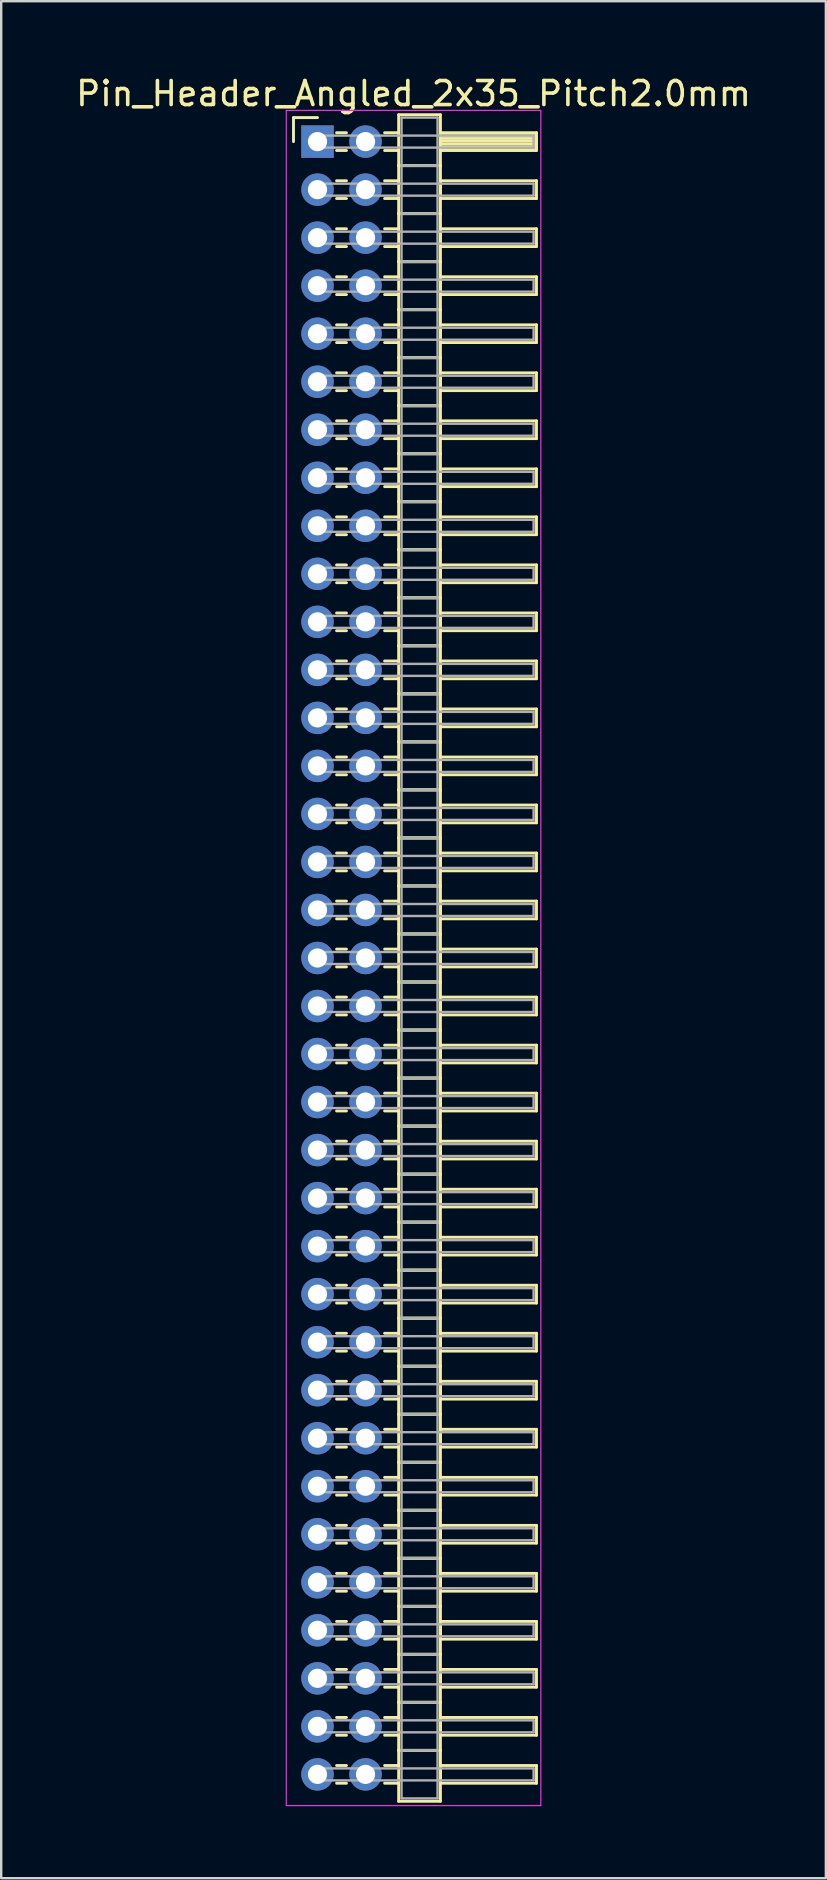
<source format=kicad_pcb>
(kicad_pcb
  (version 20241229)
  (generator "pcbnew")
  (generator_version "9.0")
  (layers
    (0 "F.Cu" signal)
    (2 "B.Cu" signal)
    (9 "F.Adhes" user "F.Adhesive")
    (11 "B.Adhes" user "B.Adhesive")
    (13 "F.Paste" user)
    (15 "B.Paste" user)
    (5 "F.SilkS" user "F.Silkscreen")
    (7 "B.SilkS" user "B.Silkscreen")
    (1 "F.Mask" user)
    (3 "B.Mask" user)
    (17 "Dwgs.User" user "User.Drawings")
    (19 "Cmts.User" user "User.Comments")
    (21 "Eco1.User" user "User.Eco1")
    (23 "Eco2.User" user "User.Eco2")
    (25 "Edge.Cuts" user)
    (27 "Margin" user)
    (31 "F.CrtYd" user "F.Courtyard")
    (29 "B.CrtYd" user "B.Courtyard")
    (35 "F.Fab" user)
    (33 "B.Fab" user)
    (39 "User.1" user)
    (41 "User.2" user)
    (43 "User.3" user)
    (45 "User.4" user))
  (footprint "Pin_Header_Angled_2x35_Pitch2.0mm"
    (layer "F.Cu")
    (at 10.173 2.848)
    (property "Reference" "Pin_Header_Angled_2x35_Pitch2.0mm" (at 4 -2 0) (layer "F.SilkS") (effects (font (size 1 1) (thickness 0.15))))
    (attr through_hole)
    (fp_line (start -1 -1) (end 0 -1) (stroke (width 0.12) (type solid)) (layer "F.SilkS"))
    (fp_line (start -1 0) (end -1 -1) (stroke (width 0.12) (type solid)) (layer "F.SilkS"))
    (fp_line (start 0.795 -0.37) (end 1.205 -0.37) (stroke (width 0.12) (type solid)) (layer "F.SilkS"))
    (fp_line (start 0.795 0.37) (end 1.205 0.37) (stroke (width 0.12) (type solid)) (layer "F.SilkS"))
    (fp_line (start 0.795 1.63) (end 1.205 1.63) (stroke (width 0.12) (type solid)) (layer "F.SilkS"))
    (fp_line (start 0.795 2.37) (end 1.205 2.37) (stroke (width 0.12) (type solid)) (layer "F.SilkS"))
    (fp_line (start 0.795 3.63) (end 1.205 3.63) (stroke (width 0.12) (type solid)) (layer "F.SilkS"))
    (fp_line (start 0.795 4.37) (end 1.205 4.37) (stroke (width 0.12) (type solid)) (layer "F.SilkS"))
    (fp_line (start 0.795 5.63) (end 1.205 5.63) (stroke (width 0.12) (type solid)) (layer "F.SilkS"))
    (fp_line (start 0.795 6.37) (end 1.205 6.37) (stroke (width 0.12) (type solid)) (layer "F.SilkS"))
    (fp_line (start 0.795 7.63) (end 1.205 7.63) (stroke (width 0.12) (type solid)) (layer "F.SilkS"))
    (fp_line (start 0.795 8.37) (end 1.205 8.37) (stroke (width 0.12) (type solid)) (layer "F.SilkS"))
    (fp_line (start 0.795 9.63) (end 1.205 9.63) (stroke (width 0.12) (type solid)) (layer "F.SilkS"))
    (fp_line (start 0.795 10.37) (end 1.205 10.37) (stroke (width 0.12) (type solid)) (layer "F.SilkS"))
    (fp_line (start 0.795 11.63) (end 1.205 11.63) (stroke (width 0.12) (type solid)) (layer "F.SilkS"))
    (fp_line (start 0.795 12.37) (end 1.205 12.37) (stroke (width 0.12) (type solid)) (layer "F.SilkS"))
    (fp_line (start 0.795 13.63) (end 1.205 13.63) (stroke (width 0.12) (type solid)) (layer "F.SilkS"))
    (fp_line (start 0.795 14.37) (end 1.205 14.37) (stroke (width 0.12) (type solid)) (layer "F.SilkS"))
    (fp_line (start 0.795 15.63) (end 1.205 15.63) (stroke (width 0.12) (type solid)) (layer "F.SilkS"))
    (fp_line (start 0.795 16.37) (end 1.205 16.37) (stroke (width 0.12) (type solid)) (layer "F.SilkS"))
    (fp_line (start 0.795 17.63) (end 1.205 17.63) (stroke (width 0.12) (type solid)) (layer "F.SilkS"))
    (fp_line (start 0.795 18.37) (end 1.205 18.37) (stroke (width 0.12) (type solid)) (layer "F.SilkS"))
    (fp_line (start 0.795 19.63) (end 1.205 19.63) (stroke (width 0.12) (type solid)) (layer "F.SilkS"))
    (fp_line (start 0.795 20.37) (end 1.205 20.37) (stroke (width 0.12) (type solid)) (layer "F.SilkS"))
    (fp_line (start 0.795 21.63) (end 1.205 21.63) (stroke (width 0.12) (type solid)) (layer "F.SilkS"))
    (fp_line (start 0.795 22.37) (end 1.205 22.37) (stroke (width 0.12) (type solid)) (layer "F.SilkS"))
    (fp_line (start 0.795 23.63) (end 1.205 23.63) (stroke (width 0.12) (type solid)) (layer "F.SilkS"))
    (fp_line (start 0.795 24.37) (end 1.205 24.37) (stroke (width 0.12) (type solid)) (layer "F.SilkS"))
    (fp_line (start 0.795 25.63) (end 1.205 25.63) (stroke (width 0.12) (type solid)) (layer "F.SilkS"))
    (fp_line (start 0.795 26.37) (end 1.205 26.37) (stroke (width 0.12) (type solid)) (layer "F.SilkS"))
    (fp_line (start 0.795 27.63) (end 1.205 27.63) (stroke (width 0.12) (type solid)) (layer "F.SilkS"))
    (fp_line (start 0.795 28.37) (end 1.205 28.37) (stroke (width 0.12) (type solid)) (layer "F.SilkS"))
    (fp_line (start 0.795 29.63) (end 1.205 29.63) (stroke (width 0.12) (type solid)) (layer "F.SilkS"))
    (fp_line (start 0.795 30.37) (end 1.205 30.37) (stroke (width 0.12) (type solid)) (layer "F.SilkS"))
    (fp_line (start 0.795 31.63) (end 1.205 31.63) (stroke (width 0.12) (type solid)) (layer "F.SilkS"))
    (fp_line (start 0.795 32.37) (end 1.205 32.37) (stroke (width 0.12) (type solid)) (layer "F.SilkS"))
    (fp_line (start 0.795 33.63) (end 1.205 33.63) (stroke (width 0.12) (type solid)) (layer "F.SilkS"))
    (fp_line (start 0.795 34.37) (end 1.205 34.37) (stroke (width 0.12) (type solid)) (layer "F.SilkS"))
    (fp_line (start 0.795 35.63) (end 1.205 35.63) (stroke (width 0.12) (type solid)) (layer "F.SilkS"))
    (fp_line (start 0.795 36.37) (end 1.205 36.37) (stroke (width 0.12) (type solid)) (layer "F.SilkS"))
    (fp_line (start 0.795 37.63) (end 1.205 37.63) (stroke (width 0.12) (type solid)) (layer "F.SilkS"))
    (fp_line (start 0.795 38.37) (end 1.205 38.37) (stroke (width 0.12) (type solid)) (layer "F.SilkS"))
    (fp_line (start 0.795 39.63) (end 1.205 39.63) (stroke (width 0.12) (type solid)) (layer "F.SilkS"))
    (fp_line (start 0.795 40.37) (end 1.205 40.37) (stroke (width 0.12) (type solid)) (layer "F.SilkS"))
    (fp_line (start 0.795 41.63) (end 1.205 41.63) (stroke (width 0.12) (type solid)) (layer "F.SilkS"))
    (fp_line (start 0.795 42.37) (end 1.205 42.37) (stroke (width 0.12) (type solid)) (layer "F.SilkS"))
    (fp_line (start 0.795 43.63) (end 1.205 43.63) (stroke (width 0.12) (type solid)) (layer "F.SilkS"))
    (fp_line (start 0.795 44.37) (end 1.205 44.37) (stroke (width 0.12) (type solid)) (layer "F.SilkS"))
    (fp_line (start 0.795 45.63) (end 1.205 45.63) (stroke (width 0.12) (type solid)) (layer "F.SilkS"))
    (fp_line (start 0.795 46.37) (end 1.205 46.37) (stroke (width 0.12) (type solid)) (layer "F.SilkS"))
    (fp_line (start 0.795 47.63) (end 1.205 47.63) (stroke (width 0.12) (type solid)) (layer "F.SilkS"))
    (fp_line (start 0.795 48.37) (end 1.205 48.37) (stroke (width 0.12) (type solid)) (layer "F.SilkS"))
    (fp_line (start 0.795 49.63) (end 1.205 49.63) (stroke (width 0.12) (type solid)) (layer "F.SilkS"))
    (fp_line (start 0.795 50.37) (end 1.205 50.37) (stroke (width 0.12) (type solid)) (layer "F.SilkS"))
    (fp_line (start 0.795 51.63) (end 1.205 51.63) (stroke (width 0.12) (type solid)) (layer "F.SilkS"))
    (fp_line (start 0.795 52.37) (end 1.205 52.37) (stroke (width 0.12) (type solid)) (layer "F.SilkS"))
    (fp_line (start 0.795 53.63) (end 1.205 53.63) (stroke (width 0.12) (type solid)) (layer "F.SilkS"))
    (fp_line (start 0.795 54.37) (end 1.205 54.37) (stroke (width 0.12) (type solid)) (layer "F.SilkS"))
    (fp_line (start 0.795 55.63) (end 1.205 55.63) (stroke (width 0.12) (type solid)) (layer "F.SilkS"))
    (fp_line (start 0.795 56.37) (end 1.205 56.37) (stroke (width 0.12) (type solid)) (layer "F.SilkS"))
    (fp_line (start 0.795 57.63) (end 1.205 57.63) (stroke (width 0.12) (type solid)) (layer "F.SilkS"))
    (fp_line (start 0.795 58.37) (end 1.205 58.37) (stroke (width 0.12) (type solid)) (layer "F.SilkS"))
    (fp_line (start 0.795 59.63) (end 1.205 59.63) (stroke (width 0.12) (type solid)) (layer "F.SilkS"))
    (fp_line (start 0.795 60.37) (end 1.205 60.37) (stroke (width 0.12) (type solid)) (layer "F.SilkS"))
    (fp_line (start 0.795 61.63) (end 1.205 61.63) (stroke (width 0.12) (type solid)) (layer "F.SilkS"))
    (fp_line (start 0.795 62.37) (end 1.205 62.37) (stroke (width 0.12) (type solid)) (layer "F.SilkS"))
    (fp_line (start 0.795 63.63) (end 1.205 63.63) (stroke (width 0.12) (type solid)) (layer "F.SilkS"))
    (fp_line (start 0.795 64.37) (end 1.205 64.37) (stroke (width 0.12) (type solid)) (layer "F.SilkS"))
    (fp_line (start 0.795 65.63) (end 1.205 65.63) (stroke (width 0.12) (type solid)) (layer "F.SilkS"))
    (fp_line (start 0.795 66.37) (end 1.205 66.37) (stroke (width 0.12) (type solid)) (layer "F.SilkS"))
    (fp_line (start 0.795 67.63) (end 1.205 67.63) (stroke (width 0.12) (type solid)) (layer "F.SilkS"))
    (fp_line (start 0.795 68.37) (end 1.205 68.37) (stroke (width 0.12) (type solid)) (layer "F.SilkS"))
    (fp_line (start 2.795 -0.37) (end 3.38 -0.37) (stroke (width 0.12) (type solid)) (layer "F.SilkS"))
    (fp_line (start 2.795 0.37) (end 3.38 0.37) (stroke (width 0.12) (type solid)) (layer "F.SilkS"))
    (fp_line (start 2.795 1.63) (end 3.38 1.63) (stroke (width 0.12) (type solid)) (layer "F.SilkS"))
    (fp_line (start 2.795 2.37) (end 3.38 2.37) (stroke (width 0.12) (type solid)) (layer "F.SilkS"))
    (fp_line (start 2.795 3.63) (end 3.38 3.63) (stroke (width 0.12) (type solid)) (layer "F.SilkS"))
    (fp_line (start 2.795 4.37) (end 3.38 4.37) (stroke (width 0.12) (type solid)) (layer "F.SilkS"))
    (fp_line (start 2.795 5.63) (end 3.38 5.63) (stroke (width 0.12) (type solid)) (layer "F.SilkS"))
    (fp_line (start 2.795 6.37) (end 3.38 6.37) (stroke (width 0.12) (type solid)) (layer "F.SilkS"))
    (fp_line (start 2.795 7.63) (end 3.38 7.63) (stroke (width 0.12) (type solid)) (layer "F.SilkS"))
    (fp_line (start 2.795 8.37) (end 3.38 8.37) (stroke (width 0.12) (type solid)) (layer "F.SilkS"))
    (fp_line (start 2.795 9.63) (end 3.38 9.63) (stroke (width 0.12) (type solid)) (layer "F.SilkS"))
    (fp_line (start 2.795 10.37) (end 3.38 10.37) (stroke (width 0.12) (type solid)) (layer "F.SilkS"))
    (fp_line (start 2.795 11.63) (end 3.38 11.63) (stroke (width 0.12) (type solid)) (layer "F.SilkS"))
    (fp_line (start 2.795 12.37) (end 3.38 12.37) (stroke (width 0.12) (type solid)) (layer "F.SilkS"))
    (fp_line (start 2.795 13.63) (end 3.38 13.63) (stroke (width 0.12) (type solid)) (layer "F.SilkS"))
    (fp_line (start 2.795 14.37) (end 3.38 14.37) (stroke (width 0.12) (type solid)) (layer "F.SilkS"))
    (fp_line (start 2.795 15.63) (end 3.38 15.63) (stroke (width 0.12) (type solid)) (layer "F.SilkS"))
    (fp_line (start 2.795 16.37) (end 3.38 16.37) (stroke (width 0.12) (type solid)) (layer "F.SilkS"))
    (fp_line (start 2.795 17.63) (end 3.38 17.63) (stroke (width 0.12) (type solid)) (layer "F.SilkS"))
    (fp_line (start 2.795 18.37) (end 3.38 18.37) (stroke (width 0.12) (type solid)) (layer "F.SilkS"))
    (fp_line (start 2.795 19.63) (end 3.38 19.63) (stroke (width 0.12) (type solid)) (layer "F.SilkS"))
    (fp_line (start 2.795 20.37) (end 3.38 20.37) (stroke (width 0.12) (type solid)) (layer "F.SilkS"))
    (fp_line (start 2.795 21.63) (end 3.38 21.63) (stroke (width 0.12) (type solid)) (layer "F.SilkS"))
    (fp_line (start 2.795 22.37) (end 3.38 22.37) (stroke (width 0.12) (type solid)) (layer "F.SilkS"))
    (fp_line (start 2.795 23.63) (end 3.38 23.63) (stroke (width 0.12) (type solid)) (layer "F.SilkS"))
    (fp_line (start 2.795 24.37) (end 3.38 24.37) (stroke (width 0.12) (type solid)) (layer "F.SilkS"))
    (fp_line (start 2.795 25.63) (end 3.38 25.63) (stroke (width 0.12) (type solid)) (layer "F.SilkS"))
    (fp_line (start 2.795 26.37) (end 3.38 26.37) (stroke (width 0.12) (type solid)) (layer "F.SilkS"))
    (fp_line (start 2.795 27.63) (end 3.38 27.63) (stroke (width 0.12) (type solid)) (layer "F.SilkS"))
    (fp_line (start 2.795 28.37) (end 3.38 28.37) (stroke (width 0.12) (type solid)) (layer "F.SilkS"))
    (fp_line (start 2.795 29.63) (end 3.38 29.63) (stroke (width 0.12) (type solid)) (layer "F.SilkS"))
    (fp_line (start 2.795 30.37) (end 3.38 30.37) (stroke (width 0.12) (type solid)) (layer "F.SilkS"))
    (fp_line (start 2.795 31.63) (end 3.38 31.63) (stroke (width 0.12) (type solid)) (layer "F.SilkS"))
    (fp_line (start 2.795 32.37) (end 3.38 32.37) (stroke (width 0.12) (type solid)) (layer "F.SilkS"))
    (fp_line (start 2.795 33.63) (end 3.38 33.63) (stroke (width 0.12) (type solid)) (layer "F.SilkS"))
    (fp_line (start 2.795 34.37) (end 3.38 34.37) (stroke (width 0.12) (type solid)) (layer "F.SilkS"))
    (fp_line (start 2.795 35.63) (end 3.38 35.63) (stroke (width 0.12) (type solid)) (layer "F.SilkS"))
    (fp_line (start 2.795 36.37) (end 3.38 36.37) (stroke (width 0.12) (type solid)) (layer "F.SilkS"))
    (fp_line (start 2.795 37.63) (end 3.38 37.63) (stroke (width 0.12) (type solid)) (layer "F.SilkS"))
    (fp_line (start 2.795 38.37) (end 3.38 38.37) (stroke (width 0.12) (type solid)) (layer "F.SilkS"))
    (fp_line (start 2.795 39.63) (end 3.38 39.63) (stroke (width 0.12) (type solid)) (layer "F.SilkS"))
    (fp_line (start 2.795 40.37) (end 3.38 40.37) (stroke (width 0.12) (type solid)) (layer "F.SilkS"))
    (fp_line (start 2.795 41.63) (end 3.38 41.63) (stroke (width 0.12) (type solid)) (layer "F.SilkS"))
    (fp_line (start 2.795 42.37) (end 3.38 42.37) (stroke (width 0.12) (type solid)) (layer "F.SilkS"))
    (fp_line (start 2.795 43.63) (end 3.38 43.63) (stroke (width 0.12) (type solid)) (layer "F.SilkS"))
    (fp_line (start 2.795 44.37) (end 3.38 44.37) (stroke (width 0.12) (type solid)) (layer "F.SilkS"))
    (fp_line (start 2.795 45.63) (end 3.38 45.63) (stroke (width 0.12) (type solid)) (layer "F.SilkS"))
    (fp_line (start 2.795 46.37) (end 3.38 46.37) (stroke (width 0.12) (type solid)) (layer "F.SilkS"))
    (fp_line (start 2.795 47.63) (end 3.38 47.63) (stroke (width 0.12) (type solid)) (layer "F.SilkS"))
    (fp_line (start 2.795 48.37) (end 3.38 48.37) (stroke (width 0.12) (type solid)) (layer "F.SilkS"))
    (fp_line (start 2.795 49.63) (end 3.38 49.63) (stroke (width 0.12) (type solid)) (layer "F.SilkS"))
    (fp_line (start 2.795 50.37) (end 3.38 50.37) (stroke (width 0.12) (type solid)) (layer "F.SilkS"))
    (fp_line (start 2.795 51.63) (end 3.38 51.63) (stroke (width 0.12) (type solid)) (layer "F.SilkS"))
    (fp_line (start 2.795 52.37) (end 3.38 52.37) (stroke (width 0.12) (type solid)) (layer "F.SilkS"))
    (fp_line (start 2.795 53.63) (end 3.38 53.63) (stroke (width 0.12) (type solid)) (layer "F.SilkS"))
    (fp_line (start 2.795 54.37) (end 3.38 54.37) (stroke (width 0.12) (type solid)) (layer "F.SilkS"))
    (fp_line (start 2.795 55.63) (end 3.38 55.63) (stroke (width 0.12) (type solid)) (layer "F.SilkS"))
    (fp_line (start 2.795 56.37) (end 3.38 56.37) (stroke (width 0.12) (type solid)) (layer "F.SilkS"))
    (fp_line (start 2.795 57.63) (end 3.38 57.63) (stroke (width 0.12) (type solid)) (layer "F.SilkS"))
    (fp_line (start 2.795 58.37) (end 3.38 58.37) (stroke (width 0.12) (type solid)) (layer "F.SilkS"))
    (fp_line (start 2.795 59.63) (end 3.38 59.63) (stroke (width 0.12) (type solid)) (layer "F.SilkS"))
    (fp_line (start 2.795 60.37) (end 3.38 60.37) (stroke (width 0.12) (type solid)) (layer "F.SilkS"))
    (fp_line (start 2.795 61.63) (end 3.38 61.63) (stroke (width 0.12) (type solid)) (layer "F.SilkS"))
    (fp_line (start 2.795 62.37) (end 3.38 62.37) (stroke (width 0.12) (type solid)) (layer "F.SilkS"))
    (fp_line (start 2.795 63.63) (end 3.38 63.63) (stroke (width 0.12) (type solid)) (layer "F.SilkS"))
    (fp_line (start 2.795 64.37) (end 3.38 64.37) (stroke (width 0.12) (type solid)) (layer "F.SilkS"))
    (fp_line (start 2.795 65.63) (end 3.38 65.63) (stroke (width 0.12) (type solid)) (layer "F.SilkS"))
    (fp_line (start 2.795 66.37) (end 3.38 66.37) (stroke (width 0.12) (type solid)) (layer "F.SilkS"))
    (fp_line (start 2.795 67.63) (end 3.38 67.63) (stroke (width 0.12) (type solid)) (layer "F.SilkS"))
    (fp_line (start 2.795 68.37) (end 3.38 68.37) (stroke (width 0.12) (type solid)) (layer "F.SilkS"))
    (fp_line (start 3.38 -1.12) (end 3.38 1) (stroke (width 0.12) (type solid)) (layer "F.SilkS"))
    (fp_line (start 3.38 1) (end 3.38 3) (stroke (width 0.12) (type solid)) (layer "F.SilkS"))
    (fp_line (start 3.38 1) (end 5.12 1) (stroke (width 0.12) (type solid)) (layer "F.SilkS"))
    (fp_line (start 3.38 3) (end 3.38 5) (stroke (width 0.12) (type solid)) (layer "F.SilkS"))
    (fp_line (start 3.38 3) (end 5.12 3) (stroke (width 0.12) (type solid)) (layer "F.SilkS"))
    (fp_line (start 3.38 5) (end 3.38 7) (stroke (width 0.12) (type solid)) (layer "F.SilkS"))
    (fp_line (start 3.38 5) (end 5.12 5) (stroke (width 0.12) (type solid)) (layer "F.SilkS"))
    (fp_line (start 3.38 7) (end 3.38 9) (stroke (width 0.12) (type solid)) (layer "F.SilkS"))
    (fp_line (start 3.38 7) (end 5.12 7) (stroke (width 0.12) (type solid)) (layer "F.SilkS"))
    (fp_line (start 3.38 9) (end 3.38 11) (stroke (width 0.12) (type solid)) (layer "F.SilkS"))
    (fp_line (start 3.38 9) (end 5.12 9) (stroke (width 0.12) (type solid)) (layer "F.SilkS"))
    (fp_line (start 3.38 11) (end 3.38 13) (stroke (width 0.12) (type solid)) (layer "F.SilkS"))
    (fp_line (start 3.38 11) (end 5.12 11) (stroke (width 0.12) (type solid)) (layer "F.SilkS"))
    (fp_line (start 3.38 13) (end 3.38 15) (stroke (width 0.12) (type solid)) (layer "F.SilkS"))
    (fp_line (start 3.38 13) (end 5.12 13) (stroke (width 0.12) (type solid)) (layer "F.SilkS"))
    (fp_line (start 3.38 15) (end 3.38 17) (stroke (width 0.12) (type solid)) (layer "F.SilkS"))
    (fp_line (start 3.38 15) (end 5.12 15) (stroke (width 0.12) (type solid)) (layer "F.SilkS"))
    (fp_line (start 3.38 17) (end 3.38 19) (stroke (width 0.12) (type solid)) (layer "F.SilkS"))
    (fp_line (start 3.38 17) (end 5.12 17) (stroke (width 0.12) (type solid)) (layer "F.SilkS"))
    (fp_line (start 3.38 19) (end 3.38 21) (stroke (width 0.12) (type solid)) (layer "F.SilkS"))
    (fp_line (start 3.38 19) (end 5.12 19) (stroke (width 0.12) (type solid)) (layer "F.SilkS"))
    (fp_line (start 3.38 21) (end 3.38 23) (stroke (width 0.12) (type solid)) (layer "F.SilkS"))
    (fp_line (start 3.38 21) (end 5.12 21) (stroke (width 0.12) (type solid)) (layer "F.SilkS"))
    (fp_line (start 3.38 23) (end 3.38 25) (stroke (width 0.12) (type solid)) (layer "F.SilkS"))
    (fp_line (start 3.38 23) (end 5.12 23) (stroke (width 0.12) (type solid)) (layer "F.SilkS"))
    (fp_line (start 3.38 25) (end 3.38 27) (stroke (width 0.12) (type solid)) (layer "F.SilkS"))
    (fp_line (start 3.38 25) (end 5.12 25) (stroke (width 0.12) (type solid)) (layer "F.SilkS"))
    (fp_line (start 3.38 27) (end 3.38 29) (stroke (width 0.12) (type solid)) (layer "F.SilkS"))
    (fp_line (start 3.38 27) (end 5.12 27) (stroke (width 0.12) (type solid)) (layer "F.SilkS"))
    (fp_line (start 3.38 29) (end 3.38 31) (stroke (width 0.12) (type solid)) (layer "F.SilkS"))
    (fp_line (start 3.38 29) (end 5.12 29) (stroke (width 0.12) (type solid)) (layer "F.SilkS"))
    (fp_line (start 3.38 31) (end 3.38 33) (stroke (width 0.12) (type solid)) (layer "F.SilkS"))
    (fp_line (start 3.38 31) (end 5.12 31) (stroke (width 0.12) (type solid)) (layer "F.SilkS"))
    (fp_line (start 3.38 33) (end 3.38 35) (stroke (width 0.12) (type solid)) (layer "F.SilkS"))
    (fp_line (start 3.38 33) (end 5.12 33) (stroke (width 0.12) (type solid)) (layer "F.SilkS"))
    (fp_line (start 3.38 35) (end 3.38 37) (stroke (width 0.12) (type solid)) (layer "F.SilkS"))
    (fp_line (start 3.38 35) (end 5.12 35) (stroke (width 0.12) (type solid)) (layer "F.SilkS"))
    (fp_line (start 3.38 37) (end 3.38 39) (stroke (width 0.12) (type solid)) (layer "F.SilkS"))
    (fp_line (start 3.38 37) (end 5.12 37) (stroke (width 0.12) (type solid)) (layer "F.SilkS"))
    (fp_line (start 3.38 39) (end 3.38 41) (stroke (width 0.12) (type solid)) (layer "F.SilkS"))
    (fp_line (start 3.38 39) (end 5.12 39) (stroke (width 0.12) (type solid)) (layer "F.SilkS"))
    (fp_line (start 3.38 41) (end 3.38 43) (stroke (width 0.12) (type solid)) (layer "F.SilkS"))
    (fp_line (start 3.38 41) (end 5.12 41) (stroke (width 0.12) (type solid)) (layer "F.SilkS"))
    (fp_line (start 3.38 43) (end 3.38 45) (stroke (width 0.12) (type solid)) (layer "F.SilkS"))
    (fp_line (start 3.38 43) (end 5.12 43) (stroke (width 0.12) (type solid)) (layer "F.SilkS"))
    (fp_line (start 3.38 45) (end 3.38 47) (stroke (width 0.12) (type solid)) (layer "F.SilkS"))
    (fp_line (start 3.38 45) (end 5.12 45) (stroke (width 0.12) (type solid)) (layer "F.SilkS"))
    (fp_line (start 3.38 47) (end 3.38 49) (stroke (width 0.12) (type solid)) (layer "F.SilkS"))
    (fp_line (start 3.38 47) (end 5.12 47) (stroke (width 0.12) (type solid)) (layer "F.SilkS"))
    (fp_line (start 3.38 49) (end 3.38 51) (stroke (width 0.12) (type solid)) (layer "F.SilkS"))
    (fp_line (start 3.38 49) (end 5.12 49) (stroke (width 0.12) (type solid)) (layer "F.SilkS"))
    (fp_line (start 3.38 51) (end 3.38 53) (stroke (width 0.12) (type solid)) (layer "F.SilkS"))
    (fp_line (start 3.38 51) (end 5.12 51) (stroke (width 0.12) (type solid)) (layer "F.SilkS"))
    (fp_line (start 3.38 53) (end 3.38 55) (stroke (width 0.12) (type solid)) (layer "F.SilkS"))
    (fp_line (start 3.38 53) (end 5.12 53) (stroke (width 0.12) (type solid)) (layer "F.SilkS"))
    (fp_line (start 3.38 55) (end 3.38 57) (stroke (width 0.12) (type solid)) (layer "F.SilkS"))
    (fp_line (start 3.38 55) (end 5.12 55) (stroke (width 0.12) (type solid)) (layer "F.SilkS"))
    (fp_line (start 3.38 57) (end 3.38 59) (stroke (width 0.12) (type solid)) (layer "F.SilkS"))
    (fp_line (start 3.38 57) (end 5.12 57) (stroke (width 0.12) (type solid)) (layer "F.SilkS"))
    (fp_line (start 3.38 59) (end 3.38 61) (stroke (width 0.12) (type solid)) (layer "F.SilkS"))
    (fp_line (start 3.38 59) (end 5.12 59) (stroke (width 0.12) (type solid)) (layer "F.SilkS"))
    (fp_line (start 3.38 61) (end 3.38 63) (stroke (width 0.12) (type solid)) (layer "F.SilkS"))
    (fp_line (start 3.38 61) (end 5.12 61) (stroke (width 0.12) (type solid)) (layer "F.SilkS"))
    (fp_line (start 3.38 63) (end 3.38 65) (stroke (width 0.12) (type solid)) (layer "F.SilkS"))
    (fp_line (start 3.38 63) (end 5.12 63) (stroke (width 0.12) (type solid)) (layer "F.SilkS"))
    (fp_line (start 3.38 65) (end 3.38 67) (stroke (width 0.12) (type solid)) (layer "F.SilkS"))
    (fp_line (start 3.38 65) (end 5.12 65) (stroke (width 0.12) (type solid)) (layer "F.SilkS"))
    (fp_line (start 3.38 67) (end 3.38 69.12) (stroke (width 0.12) (type solid)) (layer "F.SilkS"))
    (fp_line (start 3.38 67) (end 5.12 67) (stroke (width 0.12) (type solid)) (layer "F.SilkS"))
    (fp_line (start 3.38 69.12) (end 5.12 69.12) (stroke (width 0.12) (type solid)) (layer "F.SilkS"))
    (fp_line (start 5.12 -1.12) (end 3.38 -1.12) (stroke (width 0.12) (type solid)) (layer "F.SilkS"))
    (fp_line (start 5.12 -0.37) (end 5.12 0.37) (stroke (width 0.12) (type solid)) (layer "F.SilkS"))
    (fp_line (start 5.12 -0.25) (end 9.12 -0.25) (stroke (width 0.12) (type solid)) (layer "F.SilkS"))
    (fp_line (start 5.12 -0.13) (end 9.12 -0.13) (stroke (width 0.12) (type solid)) (layer "F.SilkS"))
    (fp_line (start 5.12 -0.01) (end 9.12 -0.01) (stroke (width 0.12) (type solid)) (layer "F.SilkS"))
    (fp_line (start 5.12 0.11) (end 9.12 0.11) (stroke (width 0.12) (type solid)) (layer "F.SilkS"))
    (fp_line (start 5.12 0.23) (end 9.12 0.23) (stroke (width 0.12) (type solid)) (layer "F.SilkS"))
    (fp_line (start 5.12 0.35) (end 9.12 0.35) (stroke (width 0.12) (type solid)) (layer "F.SilkS"))
    (fp_line (start 5.12 0.37) (end 9.12 0.37) (stroke (width 0.12) (type solid)) (layer "F.SilkS"))
    (fp_line (start 5.12 1) (end 3.38 1) (stroke (width 0.12) (type solid)) (layer "F.SilkS"))
    (fp_line (start 5.12 1) (end 5.12 -1.12) (stroke (width 0.12) (type solid)) (layer "F.SilkS"))
    (fp_line (start 5.12 1.63) (end 5.12 2.37) (stroke (width 0.12) (type solid)) (layer "F.SilkS"))
    (fp_line (start 5.12 2.37) (end 9.12 2.37) (stroke (width 0.12) (type solid)) (layer "F.SilkS"))
    (fp_line (start 5.12 3) (end 3.38 3) (stroke (width 0.12) (type solid)) (layer "F.SilkS"))
    (fp_line (start 5.12 3) (end 5.12 1) (stroke (width 0.12) (type solid)) (layer "F.SilkS"))
    (fp_line (start 5.12 3.63) (end 5.12 4.37) (stroke (width 0.12) (type solid)) (layer "F.SilkS"))
    (fp_line (start 5.12 4.37) (end 9.12 4.37) (stroke (width 0.12) (type solid)) (layer "F.SilkS"))
    (fp_line (start 5.12 5) (end 3.38 5) (stroke (width 0.12) (type solid)) (layer "F.SilkS"))
    (fp_line (start 5.12 5) (end 5.12 3) (stroke (width 0.12) (type solid)) (layer "F.SilkS"))
    (fp_line (start 5.12 5.63) (end 5.12 6.37) (stroke (width 0.12) (type solid)) (layer "F.SilkS"))
    (fp_line (start 5.12 6.37) (end 9.12 6.37) (stroke (width 0.12) (type solid)) (layer "F.SilkS"))
    (fp_line (start 5.12 7) (end 3.38 7) (stroke (width 0.12) (type solid)) (layer "F.SilkS"))
    (fp_line (start 5.12 7) (end 5.12 5) (stroke (width 0.12) (type solid)) (layer "F.SilkS"))
    (fp_line (start 5.12 7.63) (end 5.12 8.37) (stroke (width 0.12) (type solid)) (layer "F.SilkS"))
    (fp_line (start 5.12 8.37) (end 9.12 8.37) (stroke (width 0.12) (type solid)) (layer "F.SilkS"))
    (fp_line (start 5.12 9) (end 3.38 9) (stroke (width 0.12) (type solid)) (layer "F.SilkS"))
    (fp_line (start 5.12 9) (end 5.12 7) (stroke (width 0.12) (type solid)) (layer "F.SilkS"))
    (fp_line (start 5.12 9.63) (end 5.12 10.37) (stroke (width 0.12) (type solid)) (layer "F.SilkS"))
    (fp_line (start 5.12 10.37) (end 9.12 10.37) (stroke (width 0.12) (type solid)) (layer "F.SilkS"))
    (fp_line (start 5.12 11) (end 3.38 11) (stroke (width 0.12) (type solid)) (layer "F.SilkS"))
    (fp_line (start 5.12 11) (end 5.12 9) (stroke (width 0.12) (type solid)) (layer "F.SilkS"))
    (fp_line (start 5.12 11.63) (end 5.12 12.37) (stroke (width 0.12) (type solid)) (layer "F.SilkS"))
    (fp_line (start 5.12 12.37) (end 9.12 12.37) (stroke (width 0.12) (type solid)) (layer "F.SilkS"))
    (fp_line (start 5.12 13) (end 3.38 13) (stroke (width 0.12) (type solid)) (layer "F.SilkS"))
    (fp_line (start 5.12 13) (end 5.12 11) (stroke (width 0.12) (type solid)) (layer "F.SilkS"))
    (fp_line (start 5.12 13.63) (end 5.12 14.37) (stroke (width 0.12) (type solid)) (layer "F.SilkS"))
    (fp_line (start 5.12 14.37) (end 9.12 14.37) (stroke (width 0.12) (type solid)) (layer "F.SilkS"))
    (fp_line (start 5.12 15) (end 3.38 15) (stroke (width 0.12) (type solid)) (layer "F.SilkS"))
    (fp_line (start 5.12 15) (end 5.12 13) (stroke (width 0.12) (type solid)) (layer "F.SilkS"))
    (fp_line (start 5.12 15.63) (end 5.12 16.37) (stroke (width 0.12) (type solid)) (layer "F.SilkS"))
    (fp_line (start 5.12 16.37) (end 9.12 16.37) (stroke (width 0.12) (type solid)) (layer "F.SilkS"))
    (fp_line (start 5.12 17) (end 3.38 17) (stroke (width 0.12) (type solid)) (layer "F.SilkS"))
    (fp_line (start 5.12 17) (end 5.12 15) (stroke (width 0.12) (type solid)) (layer "F.SilkS"))
    (fp_line (start 5.12 17.63) (end 5.12 18.37) (stroke (width 0.12) (type solid)) (layer "F.SilkS"))
    (fp_line (start 5.12 18.37) (end 9.12 18.37) (stroke (width 0.12) (type solid)) (layer "F.SilkS"))
    (fp_line (start 5.12 19) (end 3.38 19) (stroke (width 0.12) (type solid)) (layer "F.SilkS"))
    (fp_line (start 5.12 19) (end 5.12 17) (stroke (width 0.12) (type solid)) (layer "F.SilkS"))
    (fp_line (start 5.12 19.63) (end 5.12 20.37) (stroke (width 0.12) (type solid)) (layer "F.SilkS"))
    (fp_line (start 5.12 20.37) (end 9.12 20.37) (stroke (width 0.12) (type solid)) (layer "F.SilkS"))
    (fp_line (start 5.12 21) (end 3.38 21) (stroke (width 0.12) (type solid)) (layer "F.SilkS"))
    (fp_line (start 5.12 21) (end 5.12 19) (stroke (width 0.12) (type solid)) (layer "F.SilkS"))
    (fp_line (start 5.12 21.63) (end 5.12 22.37) (stroke (width 0.12) (type solid)) (layer "F.SilkS"))
    (fp_line (start 5.12 22.37) (end 9.12 22.37) (stroke (width 0.12) (type solid)) (layer "F.SilkS"))
    (fp_line (start 5.12 23) (end 3.38 23) (stroke (width 0.12) (type solid)) (layer "F.SilkS"))
    (fp_line (start 5.12 23) (end 5.12 21) (stroke (width 0.12) (type solid)) (layer "F.SilkS"))
    (fp_line (start 5.12 23.63) (end 5.12 24.37) (stroke (width 0.12) (type solid)) (layer "F.SilkS"))
    (fp_line (start 5.12 24.37) (end 9.12 24.37) (stroke (width 0.12) (type solid)) (layer "F.SilkS"))
    (fp_line (start 5.12 25) (end 3.38 25) (stroke (width 0.12) (type solid)) (layer "F.SilkS"))
    (fp_line (start 5.12 25) (end 5.12 23) (stroke (width 0.12) (type solid)) (layer "F.SilkS"))
    (fp_line (start 5.12 25.63) (end 5.12 26.37) (stroke (width 0.12) (type solid)) (layer "F.SilkS"))
    (fp_line (start 5.12 26.37) (end 9.12 26.37) (stroke (width 0.12) (type solid)) (layer "F.SilkS"))
    (fp_line (start 5.12 27) (end 3.38 27) (stroke (width 0.12) (type solid)) (layer "F.SilkS"))
    (fp_line (start 5.12 27) (end 5.12 25) (stroke (width 0.12) (type solid)) (layer "F.SilkS"))
    (fp_line (start 5.12 27.63) (end 5.12 28.37) (stroke (width 0.12) (type solid)) (layer "F.SilkS"))
    (fp_line (start 5.12 28.37) (end 9.12 28.37) (stroke (width 0.12) (type solid)) (layer "F.SilkS"))
    (fp_line (start 5.12 29) (end 3.38 29) (stroke (width 0.12) (type solid)) (layer "F.SilkS"))
    (fp_line (start 5.12 29) (end 5.12 27) (stroke (width 0.12) (type solid)) (layer "F.SilkS"))
    (fp_line (start 5.12 29.63) (end 5.12 30.37) (stroke (width 0.12) (type solid)) (layer "F.SilkS"))
    (fp_line (start 5.12 30.37) (end 9.12 30.37) (stroke (width 0.12) (type solid)) (layer "F.SilkS"))
    (fp_line (start 5.12 31) (end 3.38 31) (stroke (width 0.12) (type solid)) (layer "F.SilkS"))
    (fp_line (start 5.12 31) (end 5.12 29) (stroke (width 0.12) (type solid)) (layer "F.SilkS"))
    (fp_line (start 5.12 31.63) (end 5.12 32.37) (stroke (width 0.12) (type solid)) (layer "F.SilkS"))
    (fp_line (start 5.12 32.37) (end 9.12 32.37) (stroke (width 0.12) (type solid)) (layer "F.SilkS"))
    (fp_line (start 5.12 33) (end 3.38 33) (stroke (width 0.12) (type solid)) (layer "F.SilkS"))
    (fp_line (start 5.12 33) (end 5.12 31) (stroke (width 0.12) (type solid)) (layer "F.SilkS"))
    (fp_line (start 5.12 33.63) (end 5.12 34.37) (stroke (width 0.12) (type solid)) (layer "F.SilkS"))
    (fp_line (start 5.12 34.37) (end 9.12 34.37) (stroke (width 0.12) (type solid)) (layer "F.SilkS"))
    (fp_line (start 5.12 35) (end 3.38 35) (stroke (width 0.12) (type solid)) (layer "F.SilkS"))
    (fp_line (start 5.12 35) (end 5.12 33) (stroke (width 0.12) (type solid)) (layer "F.SilkS"))
    (fp_line (start 5.12 35.63) (end 5.12 36.37) (stroke (width 0.12) (type solid)) (layer "F.SilkS"))
    (fp_line (start 5.12 36.37) (end 9.12 36.37) (stroke (width 0.12) (type solid)) (layer "F.SilkS"))
    (fp_line (start 5.12 37) (end 3.38 37) (stroke (width 0.12) (type solid)) (layer "F.SilkS"))
    (fp_line (start 5.12 37) (end 5.12 35) (stroke (width 0.12) (type solid)) (layer "F.SilkS"))
    (fp_line (start 5.12 37.63) (end 5.12 38.37) (stroke (width 0.12) (type solid)) (layer "F.SilkS"))
    (fp_line (start 5.12 38.37) (end 9.12 38.37) (stroke (width 0.12) (type solid)) (layer "F.SilkS"))
    (fp_line (start 5.12 39) (end 3.38 39) (stroke (width 0.12) (type solid)) (layer "F.SilkS"))
    (fp_line (start 5.12 39) (end 5.12 37) (stroke (width 0.12) (type solid)) (layer "F.SilkS"))
    (fp_line (start 5.12 39.63) (end 5.12 40.37) (stroke (width 0.12) (type solid)) (layer "F.SilkS"))
    (fp_line (start 5.12 40.37) (end 9.12 40.37) (stroke (width 0.12) (type solid)) (layer "F.SilkS"))
    (fp_line (start 5.12 41) (end 3.38 41) (stroke (width 0.12) (type solid)) (layer "F.SilkS"))
    (fp_line (start 5.12 41) (end 5.12 39) (stroke (width 0.12) (type solid)) (layer "F.SilkS"))
    (fp_line (start 5.12 41.63) (end 5.12 42.37) (stroke (width 0.12) (type solid)) (layer "F.SilkS"))
    (fp_line (start 5.12 42.37) (end 9.12 42.37) (stroke (width 0.12) (type solid)) (layer "F.SilkS"))
    (fp_line (start 5.12 43) (end 3.38 43) (stroke (width 0.12) (type solid)) (layer "F.SilkS"))
    (fp_line (start 5.12 43) (end 5.12 41) (stroke (width 0.12) (type solid)) (layer "F.SilkS"))
    (fp_line (start 5.12 43.63) (end 5.12 44.37) (stroke (width 0.12) (type solid)) (layer "F.SilkS"))
    (fp_line (start 5.12 44.37) (end 9.12 44.37) (stroke (width 0.12) (type solid)) (layer "F.SilkS"))
    (fp_line (start 5.12 45) (end 3.38 45) (stroke (width 0.12) (type solid)) (layer "F.SilkS"))
    (fp_line (start 5.12 45) (end 5.12 43) (stroke (width 0.12) (type solid)) (layer "F.SilkS"))
    (fp_line (start 5.12 45.63) (end 5.12 46.37) (stroke (width 0.12) (type solid)) (layer "F.SilkS"))
    (fp_line (start 5.12 46.37) (end 9.12 46.37) (stroke (width 0.12) (type solid)) (layer "F.SilkS"))
    (fp_line (start 5.12 47) (end 3.38 47) (stroke (width 0.12) (type solid)) (layer "F.SilkS"))
    (fp_line (start 5.12 47) (end 5.12 45) (stroke (width 0.12) (type solid)) (layer "F.SilkS"))
    (fp_line (start 5.12 47.63) (end 5.12 48.37) (stroke (width 0.12) (type solid)) (layer "F.SilkS"))
    (fp_line (start 5.12 48.37) (end 9.12 48.37) (stroke (width 0.12) (type solid)) (layer "F.SilkS"))
    (fp_line (start 5.12 49) (end 3.38 49) (stroke (width 0.12) (type solid)) (layer "F.SilkS"))
    (fp_line (start 5.12 49) (end 5.12 47) (stroke (width 0.12) (type solid)) (layer "F.SilkS"))
    (fp_line (start 5.12 49.63) (end 5.12 50.37) (stroke (width 0.12) (type solid)) (layer "F.SilkS"))
    (fp_line (start 5.12 50.37) (end 9.12 50.37) (stroke (width 0.12) (type solid)) (layer "F.SilkS"))
    (fp_line (start 5.12 51) (end 3.38 51) (stroke (width 0.12) (type solid)) (layer "F.SilkS"))
    (fp_line (start 5.12 51) (end 5.12 49) (stroke (width 0.12) (type solid)) (layer "F.SilkS"))
    (fp_line (start 5.12 51.63) (end 5.12 52.37) (stroke (width 0.12) (type solid)) (layer "F.SilkS"))
    (fp_line (start 5.12 52.37) (end 9.12 52.37) (stroke (width 0.12) (type solid)) (layer "F.SilkS"))
    (fp_line (start 5.12 53) (end 3.38 53) (stroke (width 0.12) (type solid)) (layer "F.SilkS"))
    (fp_line (start 5.12 53) (end 5.12 51) (stroke (width 0.12) (type solid)) (layer "F.SilkS"))
    (fp_line (start 5.12 53.63) (end 5.12 54.37) (stroke (width 0.12) (type solid)) (layer "F.SilkS"))
    (fp_line (start 5.12 54.37) (end 9.12 54.37) (stroke (width 0.12) (type solid)) (layer "F.SilkS"))
    (fp_line (start 5.12 55) (end 3.38 55) (stroke (width 0.12) (type solid)) (layer "F.SilkS"))
    (fp_line (start 5.12 55) (end 5.12 53) (stroke (width 0.12) (type solid)) (layer "F.SilkS"))
    (fp_line (start 5.12 55.63) (end 5.12 56.37) (stroke (width 0.12) (type solid)) (layer "F.SilkS"))
    (fp_line (start 5.12 56.37) (end 9.12 56.37) (stroke (width 0.12) (type solid)) (layer "F.SilkS"))
    (fp_line (start 5.12 57) (end 3.38 57) (stroke (width 0.12) (type solid)) (layer "F.SilkS"))
    (fp_line (start 5.12 57) (end 5.12 55) (stroke (width 0.12) (type solid)) (layer "F.SilkS"))
    (fp_line (start 5.12 57.63) (end 5.12 58.37) (stroke (width 0.12) (type solid)) (layer "F.SilkS"))
    (fp_line (start 5.12 58.37) (end 9.12 58.37) (stroke (width 0.12) (type solid)) (layer "F.SilkS"))
    (fp_line (start 5.12 59) (end 3.38 59) (stroke (width 0.12) (type solid)) (layer "F.SilkS"))
    (fp_line (start 5.12 59) (end 5.12 57) (stroke (width 0.12) (type solid)) (layer "F.SilkS"))
    (fp_line (start 5.12 59.63) (end 5.12 60.37) (stroke (width 0.12) (type solid)) (layer "F.SilkS"))
    (fp_line (start 5.12 60.37) (end 9.12 60.37) (stroke (width 0.12) (type solid)) (layer "F.SilkS"))
    (fp_line (start 5.12 61) (end 3.38 61) (stroke (width 0.12) (type solid)) (layer "F.SilkS"))
    (fp_line (start 5.12 61) (end 5.12 59) (stroke (width 0.12) (type solid)) (layer "F.SilkS"))
    (fp_line (start 5.12 61.63) (end 5.12 62.37) (stroke (width 0.12) (type solid)) (layer "F.SilkS"))
    (fp_line (start 5.12 62.37) (end 9.12 62.37) (stroke (width 0.12) (type solid)) (layer "F.SilkS"))
    (fp_line (start 5.12 63) (end 3.38 63) (stroke (width 0.12) (type solid)) (layer "F.SilkS"))
    (fp_line (start 5.12 63) (end 5.12 61) (stroke (width 0.12) (type solid)) (layer "F.SilkS"))
    (fp_line (start 5.12 63.63) (end 5.12 64.37) (stroke (width 0.12) (type solid)) (layer "F.SilkS"))
    (fp_line (start 5.12 64.37) (end 9.12 64.37) (stroke (width 0.12) (type solid)) (layer "F.SilkS"))
    (fp_line (start 5.12 65) (end 3.38 65) (stroke (width 0.12) (type solid)) (layer "F.SilkS"))
    (fp_line (start 5.12 65) (end 5.12 63) (stroke (width 0.12) (type solid)) (layer "F.SilkS"))
    (fp_line (start 5.12 65.63) (end 5.12 66.37) (stroke (width 0.12) (type solid)) (layer "F.SilkS"))
    (fp_line (start 5.12 66.37) (end 9.12 66.37) (stroke (width 0.12) (type solid)) (layer "F.SilkS"))
    (fp_line (start 5.12 67) (end 3.38 67) (stroke (width 0.12) (type solid)) (layer "F.SilkS"))
    (fp_line (start 5.12 67) (end 5.12 65) (stroke (width 0.12) (type solid)) (layer "F.SilkS"))
    (fp_line (start 5.12 67.63) (end 5.12 68.37) (stroke (width 0.12) (type solid)) (layer "F.SilkS"))
    (fp_line (start 5.12 68.37) (end 9.12 68.37) (stroke (width 0.12) (type solid)) (layer "F.SilkS"))
    (fp_line (start 5.12 69.12) (end 5.12 67) (stroke (width 0.12) (type solid)) (layer "F.SilkS"))
    (fp_line (start 9.12 -0.37) (end 5.12 -0.37) (stroke (width 0.12) (type solid)) (layer "F.SilkS"))
    (fp_line (start 9.12 0.37) (end 9.12 -0.37) (stroke (width 0.12) (type solid)) (layer "F.SilkS"))
    (fp_line (start 9.12 1.63) (end 5.12 1.63) (stroke (width 0.12) (type solid)) (layer "F.SilkS"))
    (fp_line (start 9.12 2.37) (end 9.12 1.63) (stroke (width 0.12) (type solid)) (layer "F.SilkS"))
    (fp_line (start 9.12 3.63) (end 5.12 3.63) (stroke (width 0.12) (type solid)) (layer "F.SilkS"))
    (fp_line (start 9.12 4.37) (end 9.12 3.63) (stroke (width 0.12) (type solid)) (layer "F.SilkS"))
    (fp_line (start 9.12 5.63) (end 5.12 5.63) (stroke (width 0.12) (type solid)) (layer "F.SilkS"))
    (fp_line (start 9.12 6.37) (end 9.12 5.63) (stroke (width 0.12) (type solid)) (layer "F.SilkS"))
    (fp_line (start 9.12 7.63) (end 5.12 7.63) (stroke (width 0.12) (type solid)) (layer "F.SilkS"))
    (fp_line (start 9.12 8.37) (end 9.12 7.63) (stroke (width 0.12) (type solid)) (layer "F.SilkS"))
    (fp_line (start 9.12 9.63) (end 5.12 9.63) (stroke (width 0.12) (type solid)) (layer "F.SilkS"))
    (fp_line (start 9.12 10.37) (end 9.12 9.63) (stroke (width 0.12) (type solid)) (layer "F.SilkS"))
    (fp_line (start 9.12 11.63) (end 5.12 11.63) (stroke (width 0.12) (type solid)) (layer "F.SilkS"))
    (fp_line (start 9.12 12.37) (end 9.12 11.63) (stroke (width 0.12) (type solid)) (layer "F.SilkS"))
    (fp_line (start 9.12 13.63) (end 5.12 13.63) (stroke (width 0.12) (type solid)) (layer "F.SilkS"))
    (fp_line (start 9.12 14.37) (end 9.12 13.63) (stroke (width 0.12) (type solid)) (layer "F.SilkS"))
    (fp_line (start 9.12 15.63) (end 5.12 15.63) (stroke (width 0.12) (type solid)) (layer "F.SilkS"))
    (fp_line (start 9.12 16.37) (end 9.12 15.63) (stroke (width 0.12) (type solid)) (layer "F.SilkS"))
    (fp_line (start 9.12 17.63) (end 5.12 17.63) (stroke (width 0.12) (type solid)) (layer "F.SilkS"))
    (fp_line (start 9.12 18.37) (end 9.12 17.63) (stroke (width 0.12) (type solid)) (layer "F.SilkS"))
    (fp_line (start 9.12 19.63) (end 5.12 19.63) (stroke (width 0.12) (type solid)) (layer "F.SilkS"))
    (fp_line (start 9.12 20.37) (end 9.12 19.63) (stroke (width 0.12) (type solid)) (layer "F.SilkS"))
    (fp_line (start 9.12 21.63) (end 5.12 21.63) (stroke (width 0.12) (type solid)) (layer "F.SilkS"))
    (fp_line (start 9.12 22.37) (end 9.12 21.63) (stroke (width 0.12) (type solid)) (layer "F.SilkS"))
    (fp_line (start 9.12 23.63) (end 5.12 23.63) (stroke (width 0.12) (type solid)) (layer "F.SilkS"))
    (fp_line (start 9.12 24.37) (end 9.12 23.63) (stroke (width 0.12) (type solid)) (layer "F.SilkS"))
    (fp_line (start 9.12 25.63) (end 5.12 25.63) (stroke (width 0.12) (type solid)) (layer "F.SilkS"))
    (fp_line (start 9.12 26.37) (end 9.12 25.63) (stroke (width 0.12) (type solid)) (layer "F.SilkS"))
    (fp_line (start 9.12 27.63) (end 5.12 27.63) (stroke (width 0.12) (type solid)) (layer "F.SilkS"))
    (fp_line (start 9.12 28.37) (end 9.12 27.63) (stroke (width 0.12) (type solid)) (layer "F.SilkS"))
    (fp_line (start 9.12 29.63) (end 5.12 29.63) (stroke (width 0.12) (type solid)) (layer "F.SilkS"))
    (fp_line (start 9.12 30.37) (end 9.12 29.63) (stroke (width 0.12) (type solid)) (layer "F.SilkS"))
    (fp_line (start 9.12 31.63) (end 5.12 31.63) (stroke (width 0.12) (type solid)) (layer "F.SilkS"))
    (fp_line (start 9.12 32.37) (end 9.12 31.63) (stroke (width 0.12) (type solid)) (layer "F.SilkS"))
    (fp_line (start 9.12 33.63) (end 5.12 33.63) (stroke (width 0.12) (type solid)) (layer "F.SilkS"))
    (fp_line (start 9.12 34.37) (end 9.12 33.63) (stroke (width 0.12) (type solid)) (layer "F.SilkS"))
    (fp_line (start 9.12 35.63) (end 5.12 35.63) (stroke (width 0.12) (type solid)) (layer "F.SilkS"))
    (fp_line (start 9.12 36.37) (end 9.12 35.63) (stroke (width 0.12) (type solid)) (layer "F.SilkS"))
    (fp_line (start 9.12 37.63) (end 5.12 37.63) (stroke (width 0.12) (type solid)) (layer "F.SilkS"))
    (fp_line (start 9.12 38.37) (end 9.12 37.63) (stroke (width 0.12) (type solid)) (layer "F.SilkS"))
    (fp_line (start 9.12 39.63) (end 5.12 39.63) (stroke (width 0.12) (type solid)) (layer "F.SilkS"))
    (fp_line (start 9.12 40.37) (end 9.12 39.63) (stroke (width 0.12) (type solid)) (layer "F.SilkS"))
    (fp_line (start 9.12 41.63) (end 5.12 41.63) (stroke (width 0.12) (type solid)) (layer "F.SilkS"))
    (fp_line (start 9.12 42.37) (end 9.12 41.63) (stroke (width 0.12) (type solid)) (layer "F.SilkS"))
    (fp_line (start 9.12 43.63) (end 5.12 43.63) (stroke (width 0.12) (type solid)) (layer "F.SilkS"))
    (fp_line (start 9.12 44.37) (end 9.12 43.63) (stroke (width 0.12) (type solid)) (layer "F.SilkS"))
    (fp_line (start 9.12 45.63) (end 5.12 45.63) (stroke (width 0.12) (type solid)) (layer "F.SilkS"))
    (fp_line (start 9.12 46.37) (end 9.12 45.63) (stroke (width 0.12) (type solid)) (layer "F.SilkS"))
    (fp_line (start 9.12 47.63) (end 5.12 47.63) (stroke (width 0.12) (type solid)) (layer "F.SilkS"))
    (fp_line (start 9.12 48.37) (end 9.12 47.63) (stroke (width 0.12) (type solid)) (layer "F.SilkS"))
    (fp_line (start 9.12 49.63) (end 5.12 49.63) (stroke (width 0.12) (type solid)) (layer "F.SilkS"))
    (fp_line (start 9.12 50.37) (end 9.12 49.63) (stroke (width 0.12) (type solid)) (layer "F.SilkS"))
    (fp_line (start 9.12 51.63) (end 5.12 51.63) (stroke (width 0.12) (type solid)) (layer "F.SilkS"))
    (fp_line (start 9.12 52.37) (end 9.12 51.63) (stroke (width 0.12) (type solid)) (layer "F.SilkS"))
    (fp_line (start 9.12 53.63) (end 5.12 53.63) (stroke (width 0.12) (type solid)) (layer "F.SilkS"))
    (fp_line (start 9.12 54.37) (end 9.12 53.63) (stroke (width 0.12) (type solid)) (layer "F.SilkS"))
    (fp_line (start 9.12 55.63) (end 5.12 55.63) (stroke (width 0.12) (type solid)) (layer "F.SilkS"))
    (fp_line (start 9.12 56.37) (end 9.12 55.63) (stroke (width 0.12) (type solid)) (layer "F.SilkS"))
    (fp_line (start 9.12 57.63) (end 5.12 57.63) (stroke (width 0.12) (type solid)) (layer "F.SilkS"))
    (fp_line (start 9.12 58.37) (end 9.12 57.63) (stroke (width 0.12) (type solid)) (layer "F.SilkS"))
    (fp_line (start 9.12 59.63) (end 5.12 59.63) (stroke (width 0.12) (type solid)) (layer "F.SilkS"))
    (fp_line (start 9.12 60.37) (end 9.12 59.63) (stroke (width 0.12) (type solid)) (layer "F.SilkS"))
    (fp_line (start 9.12 61.63) (end 5.12 61.63) (stroke (width 0.12) (type solid)) (layer "F.SilkS"))
    (fp_line (start 9.12 62.37) (end 9.12 61.63) (stroke (width 0.12) (type solid)) (layer "F.SilkS"))
    (fp_line (start 9.12 63.63) (end 5.12 63.63) (stroke (width 0.12) (type solid)) (layer "F.SilkS"))
    (fp_line (start 9.12 64.37) (end 9.12 63.63) (stroke (width 0.12) (type solid)) (layer "F.SilkS"))
    (fp_line (start 9.12 65.63) (end 5.12 65.63) (stroke (width 0.12) (type solid)) (layer "F.SilkS"))
    (fp_line (start 9.12 66.37) (end 9.12 65.63) (stroke (width 0.12) (type solid)) (layer "F.SilkS"))
    (fp_line (start 9.12 67.63) (end 5.12 67.63) (stroke (width 0.12) (type solid)) (layer "F.SilkS"))
    (fp_line (start 9.12 68.37) (end 9.12 67.63) (stroke (width 0.12) (type solid)) (layer "F.SilkS"))
    (fp_line (start -1.3 -1.3) (end -1.3 69.3) (stroke (width 0.05) (type solid)) (layer "F.CrtYd"))
    (fp_line (start -1.3 69.3) (end 9.3 69.3) (stroke (width 0.05) (type solid)) (layer "F.CrtYd"))
    (fp_line (start 9.3 -1.3) (end -1.3 -1.3) (stroke (width 0.05) (type solid)) (layer "F.CrtYd"))
    (fp_line (start 9.3 69.3) (end 9.3 -1.3) (stroke (width 0.05) (type solid)) (layer "F.CrtYd"))
    (fp_line (start 0 -0.25) (end 0 0.25) (stroke (width 0.1) (type solid)) (layer "F.Fab"))
    (fp_line (start 0 0.25) (end 9 0.25) (stroke (width 0.1) (type solid)) (layer "F.Fab"))
    (fp_line (start 0 1.75) (end 0 2.25) (stroke (width 0.1) (type solid)) (layer "F.Fab"))
    (fp_line (start 0 2.25) (end 9 2.25) (stroke (width 0.1) (type solid)) (layer "F.Fab"))
    (fp_line (start 0 3.75) (end 0 4.25) (stroke (width 0.1) (type solid)) (layer "F.Fab"))
    (fp_line (start 0 4.25) (end 9 4.25) (stroke (width 0.1) (type solid)) (layer "F.Fab"))
    (fp_line (start 0 5.75) (end 0 6.25) (stroke (width 0.1) (type solid)) (layer "F.Fab"))
    (fp_line (start 0 6.25) (end 9 6.25) (stroke (width 0.1) (type solid)) (layer "F.Fab"))
    (fp_line (start 0 7.75) (end 0 8.25) (stroke (width 0.1) (type solid)) (layer "F.Fab"))
    (fp_line (start 0 8.25) (end 9 8.25) (stroke (width 0.1) (type solid)) (layer "F.Fab"))
    (fp_line (start 0 9.75) (end 0 10.25) (stroke (width 0.1) (type solid)) (layer "F.Fab"))
    (fp_line (start 0 10.25) (end 9 10.25) (stroke (width 0.1) (type solid)) (layer "F.Fab"))
    (fp_line (start 0 11.75) (end 0 12.25) (stroke (width 0.1) (type solid)) (layer "F.Fab"))
    (fp_line (start 0 12.25) (end 9 12.25) (stroke (width 0.1) (type solid)) (layer "F.Fab"))
    (fp_line (start 0 13.75) (end 0 14.25) (stroke (width 0.1) (type solid)) (layer "F.Fab"))
    (fp_line (start 0 14.25) (end 9 14.25) (stroke (width 0.1) (type solid)) (layer "F.Fab"))
    (fp_line (start 0 15.75) (end 0 16.25) (stroke (width 0.1) (type solid)) (layer "F.Fab"))
    (fp_line (start 0 16.25) (end 9 16.25) (stroke (width 0.1) (type solid)) (layer "F.Fab"))
    (fp_line (start 0 17.75) (end 0 18.25) (stroke (width 0.1) (type solid)) (layer "F.Fab"))
    (fp_line (start 0 18.25) (end 9 18.25) (stroke (width 0.1) (type solid)) (layer "F.Fab"))
    (fp_line (start 0 19.75) (end 0 20.25) (stroke (width 0.1) (type solid)) (layer "F.Fab"))
    (fp_line (start 0 20.25) (end 9 20.25) (stroke (width 0.1) (type solid)) (layer "F.Fab"))
    (fp_line (start 0 21.75) (end 0 22.25) (stroke (width 0.1) (type solid)) (layer "F.Fab"))
    (fp_line (start 0 22.25) (end 9 22.25) (stroke (width 0.1) (type solid)) (layer "F.Fab"))
    (fp_line (start 0 23.75) (end 0 24.25) (stroke (width 0.1) (type solid)) (layer "F.Fab"))
    (fp_line (start 0 24.25) (end 9 24.25) (stroke (width 0.1) (type solid)) (layer "F.Fab"))
    (fp_line (start 0 25.75) (end 0 26.25) (stroke (width 0.1) (type solid)) (layer "F.Fab"))
    (fp_line (start 0 26.25) (end 9 26.25) (stroke (width 0.1) (type solid)) (layer "F.Fab"))
    (fp_line (start 0 27.75) (end 0 28.25) (stroke (width 0.1) (type solid)) (layer "F.Fab"))
    (fp_line (start 0 28.25) (end 9 28.25) (stroke (width 0.1) (type solid)) (layer "F.Fab"))
    (fp_line (start 0 29.75) (end 0 30.25) (stroke (width 0.1) (type solid)) (layer "F.Fab"))
    (fp_line (start 0 30.25) (end 9 30.25) (stroke (width 0.1) (type solid)) (layer "F.Fab"))
    (fp_line (start 0 31.75) (end 0 32.25) (stroke (width 0.1) (type solid)) (layer "F.Fab"))
    (fp_line (start 0 32.25) (end 9 32.25) (stroke (width 0.1) (type solid)) (layer "F.Fab"))
    (fp_line (start 0 33.75) (end 0 34.25) (stroke (width 0.1) (type solid)) (layer "F.Fab"))
    (fp_line (start 0 34.25) (end 9 34.25) (stroke (width 0.1) (type solid)) (layer "F.Fab"))
    (fp_line (start 0 35.75) (end 0 36.25) (stroke (width 0.1) (type solid)) (layer "F.Fab"))
    (fp_line (start 0 36.25) (end 9 36.25) (stroke (width 0.1) (type solid)) (layer "F.Fab"))
    (fp_line (start 0 37.75) (end 0 38.25) (stroke (width 0.1) (type solid)) (layer "F.Fab"))
    (fp_line (start 0 38.25) (end 9 38.25) (stroke (width 0.1) (type solid)) (layer "F.Fab"))
    (fp_line (start 0 39.75) (end 0 40.25) (stroke (width 0.1) (type solid)) (layer "F.Fab"))
    (fp_line (start 0 40.25) (end 9 40.25) (stroke (width 0.1) (type solid)) (layer "F.Fab"))
    (fp_line (start 0 41.75) (end 0 42.25) (stroke (width 0.1) (type solid)) (layer "F.Fab"))
    (fp_line (start 0 42.25) (end 9 42.25) (stroke (width 0.1) (type solid)) (layer "F.Fab"))
    (fp_line (start 0 43.75) (end 0 44.25) (stroke (width 0.1) (type solid)) (layer "F.Fab"))
    (fp_line (start 0 44.25) (end 9 44.25) (stroke (width 0.1) (type solid)) (layer "F.Fab"))
    (fp_line (start 0 45.75) (end 0 46.25) (stroke (width 0.1) (type solid)) (layer "F.Fab"))
    (fp_line (start 0 46.25) (end 9 46.25) (stroke (width 0.1) (type solid)) (layer "F.Fab"))
    (fp_line (start 0 47.75) (end 0 48.25) (stroke (width 0.1) (type solid)) (layer "F.Fab"))
    (fp_line (start 0 48.25) (end 9 48.25) (stroke (width 0.1) (type solid)) (layer "F.Fab"))
    (fp_line (start 0 49.75) (end 0 50.25) (stroke (width 0.1) (type solid)) (layer "F.Fab"))
    (fp_line (start 0 50.25) (end 9 50.25) (stroke (width 0.1) (type solid)) (layer "F.Fab"))
    (fp_line (start 0 51.75) (end 0 52.25) (stroke (width 0.1) (type solid)) (layer "F.Fab"))
    (fp_line (start 0 52.25) (end 9 52.25) (stroke (width 0.1) (type solid)) (layer "F.Fab"))
    (fp_line (start 0 53.75) (end 0 54.25) (stroke (width 0.1) (type solid)) (layer "F.Fab"))
    (fp_line (start 0 54.25) (end 9 54.25) (stroke (width 0.1) (type solid)) (layer "F.Fab"))
    (fp_line (start 0 55.75) (end 0 56.25) (stroke (width 0.1) (type solid)) (layer "F.Fab"))
    (fp_line (start 0 56.25) (end 9 56.25) (stroke (width 0.1) (type solid)) (layer "F.Fab"))
    (fp_line (start 0 57.75) (end 0 58.25) (stroke (width 0.1) (type solid)) (layer "F.Fab"))
    (fp_line (start 0 58.25) (end 9 58.25) (stroke (width 0.1) (type solid)) (layer "F.Fab"))
    (fp_line (start 0 59.75) (end 0 60.25) (stroke (width 0.1) (type solid)) (layer "F.Fab"))
    (fp_line (start 0 60.25) (end 9 60.25) (stroke (width 0.1) (type solid)) (layer "F.Fab"))
    (fp_line (start 0 61.75) (end 0 62.25) (stroke (width 0.1) (type solid)) (layer "F.Fab"))
    (fp_line (start 0 62.25) (end 9 62.25) (stroke (width 0.1) (type solid)) (layer "F.Fab"))
    (fp_line (start 0 63.75) (end 0 64.25) (stroke (width 0.1) (type solid)) (layer "F.Fab"))
    (fp_line (start 0 64.25) (end 9 64.25) (stroke (width 0.1) (type solid)) (layer "F.Fab"))
    (fp_line (start 0 65.75) (end 0 66.25) (stroke (width 0.1) (type solid)) (layer "F.Fab"))
    (fp_line (start 0 66.25) (end 9 66.25) (stroke (width 0.1) (type solid)) (layer "F.Fab"))
    (fp_line (start 0 67.75) (end 0 68.25) (stroke (width 0.1) (type solid)) (layer "F.Fab"))
    (fp_line (start 0 68.25) (end 9 68.25) (stroke (width 0.1) (type solid)) (layer "F.Fab"))
    (fp_line (start 3.5 -1) (end 3.5 1) (stroke (width 0.1) (type solid)) (layer "F.Fab"))
    (fp_line (start 3.5 1) (end 3.5 3) (stroke (width 0.1) (type solid)) (layer "F.Fab"))
    (fp_line (start 3.5 1) (end 5 1) (stroke (width 0.1) (type solid)) (layer "F.Fab"))
    (fp_line (start 3.5 3) (end 3.5 5) (stroke (width 0.1) (type solid)) (layer "F.Fab"))
    (fp_line (start 3.5 3) (end 5 3) (stroke (width 0.1) (type solid)) (layer "F.Fab"))
    (fp_line (start 3.5 5) (end 3.5 7) (stroke (width 0.1) (type solid)) (layer "F.Fab"))
    (fp_line (start 3.5 5) (end 5 5) (stroke (width 0.1) (type solid)) (layer "F.Fab"))
    (fp_line (start 3.5 7) (end 3.5 9) (stroke (width 0.1) (type solid)) (layer "F.Fab"))
    (fp_line (start 3.5 7) (end 5 7) (stroke (width 0.1) (type solid)) (layer "F.Fab"))
    (fp_line (start 3.5 9) (end 3.5 11) (stroke (width 0.1) (type solid)) (layer "F.Fab"))
    (fp_line (start 3.5 9) (end 5 9) (stroke (width 0.1) (type solid)) (layer "F.Fab"))
    (fp_line (start 3.5 11) (end 3.5 13) (stroke (width 0.1) (type solid)) (layer "F.Fab"))
    (fp_line (start 3.5 11) (end 5 11) (stroke (width 0.1) (type solid)) (layer "F.Fab"))
    (fp_line (start 3.5 13) (end 3.5 15) (stroke (width 0.1) (type solid)) (layer "F.Fab"))
    (fp_line (start 3.5 13) (end 5 13) (stroke (width 0.1) (type solid)) (layer "F.Fab"))
    (fp_line (start 3.5 15) (end 3.5 17) (stroke (width 0.1) (type solid)) (layer "F.Fab"))
    (fp_line (start 3.5 15) (end 5 15) (stroke (width 0.1) (type solid)) (layer "F.Fab"))
    (fp_line (start 3.5 17) (end 3.5 19) (stroke (width 0.1) (type solid)) (layer "F.Fab"))
    (fp_line (start 3.5 17) (end 5 17) (stroke (width 0.1) (type solid)) (layer "F.Fab"))
    (fp_line (start 3.5 19) (end 3.5 21) (stroke (width 0.1) (type solid)) (layer "F.Fab"))
    (fp_line (start 3.5 19) (end 5 19) (stroke (width 0.1) (type solid)) (layer "F.Fab"))
    (fp_line (start 3.5 21) (end 3.5 23) (stroke (width 0.1) (type solid)) (layer "F.Fab"))
    (fp_line (start 3.5 21) (end 5 21) (stroke (width 0.1) (type solid)) (layer "F.Fab"))
    (fp_line (start 3.5 23) (end 3.5 25) (stroke (width 0.1) (type solid)) (layer "F.Fab"))
    (fp_line (start 3.5 23) (end 5 23) (stroke (width 0.1) (type solid)) (layer "F.Fab"))
    (fp_line (start 3.5 25) (end 3.5 27) (stroke (width 0.1) (type solid)) (layer "F.Fab"))
    (fp_line (start 3.5 25) (end 5 25) (stroke (width 0.1) (type solid)) (layer "F.Fab"))
    (fp_line (start 3.5 27) (end 3.5 29) (stroke (width 0.1) (type solid)) (layer "F.Fab"))
    (fp_line (start 3.5 27) (end 5 27) (stroke (width 0.1) (type solid)) (layer "F.Fab"))
    (fp_line (start 3.5 29) (end 3.5 31) (stroke (width 0.1) (type solid)) (layer "F.Fab"))
    (fp_line (start 3.5 29) (end 5 29) (stroke (width 0.1) (type solid)) (layer "F.Fab"))
    (fp_line (start 3.5 31) (end 3.5 33) (stroke (width 0.1) (type solid)) (layer "F.Fab"))
    (fp_line (start 3.5 31) (end 5 31) (stroke (width 0.1) (type solid)) (layer "F.Fab"))
    (fp_line (start 3.5 33) (end 3.5 35) (stroke (width 0.1) (type solid)) (layer "F.Fab"))
    (fp_line (start 3.5 33) (end 5 33) (stroke (width 0.1) (type solid)) (layer "F.Fab"))
    (fp_line (start 3.5 35) (end 3.5 37) (stroke (width 0.1) (type solid)) (layer "F.Fab"))
    (fp_line (start 3.5 35) (end 5 35) (stroke (width 0.1) (type solid)) (layer "F.Fab"))
    (fp_line (start 3.5 37) (end 3.5 39) (stroke (width 0.1) (type solid)) (layer "F.Fab"))
    (fp_line (start 3.5 37) (end 5 37) (stroke (width 0.1) (type solid)) (layer "F.Fab"))
    (fp_line (start 3.5 39) (end 3.5 41) (stroke (width 0.1) (type solid)) (layer "F.Fab"))
    (fp_line (start 3.5 39) (end 5 39) (stroke (width 0.1) (type solid)) (layer "F.Fab"))
    (fp_line (start 3.5 41) (end 3.5 43) (stroke (width 0.1) (type solid)) (layer "F.Fab"))
    (fp_line (start 3.5 41) (end 5 41) (stroke (width 0.1) (type solid)) (layer "F.Fab"))
    (fp_line (start 3.5 43) (end 3.5 45) (stroke (width 0.1) (type solid)) (layer "F.Fab"))
    (fp_line (start 3.5 43) (end 5 43) (stroke (width 0.1) (type solid)) (layer "F.Fab"))
    (fp_line (start 3.5 45) (end 3.5 47) (stroke (width 0.1) (type solid)) (layer "F.Fab"))
    (fp_line (start 3.5 45) (end 5 45) (stroke (width 0.1) (type solid)) (layer "F.Fab"))
    (fp_line (start 3.5 47) (end 3.5 49) (stroke (width 0.1) (type solid)) (layer "F.Fab"))
    (fp_line (start 3.5 47) (end 5 47) (stroke (width 0.1) (type solid)) (layer "F.Fab"))
    (fp_line (start 3.5 49) (end 3.5 51) (stroke (width 0.1) (type solid)) (layer "F.Fab"))
    (fp_line (start 3.5 49) (end 5 49) (stroke (width 0.1) (type solid)) (layer "F.Fab"))
    (fp_line (start 3.5 51) (end 3.5 53) (stroke (width 0.1) (type solid)) (layer "F.Fab"))
    (fp_line (start 3.5 51) (end 5 51) (stroke (width 0.1) (type solid)) (layer "F.Fab"))
    (fp_line (start 3.5 53) (end 3.5 55) (stroke (width 0.1) (type solid)) (layer "F.Fab"))
    (fp_line (start 3.5 53) (end 5 53) (stroke (width 0.1) (type solid)) (layer "F.Fab"))
    (fp_line (start 3.5 55) (end 3.5 57) (stroke (width 0.1) (type solid)) (layer "F.Fab"))
    (fp_line (start 3.5 55) (end 5 55) (stroke (width 0.1) (type solid)) (layer "F.Fab"))
    (fp_line (start 3.5 57) (end 3.5 59) (stroke (width 0.1) (type solid)) (layer "F.Fab"))
    (fp_line (start 3.5 57) (end 5 57) (stroke (width 0.1) (type solid)) (layer "F.Fab"))
    (fp_line (start 3.5 59) (end 3.5 61) (stroke (width 0.1) (type solid)) (layer "F.Fab"))
    (fp_line (start 3.5 59) (end 5 59) (stroke (width 0.1) (type solid)) (layer "F.Fab"))
    (fp_line (start 3.5 61) (end 3.5 63) (stroke (width 0.1) (type solid)) (layer "F.Fab"))
    (fp_line (start 3.5 61) (end 5 61) (stroke (width 0.1) (type solid)) (layer "F.Fab"))
    (fp_line (start 3.5 63) (end 3.5 65) (stroke (width 0.1) (type solid)) (layer "F.Fab"))
    (fp_line (start 3.5 63) (end 5 63) (stroke (width 0.1) (type solid)) (layer "F.Fab"))
    (fp_line (start 3.5 65) (end 3.5 67) (stroke (width 0.1) (type solid)) (layer "F.Fab"))
    (fp_line (start 3.5 65) (end 5 65) (stroke (width 0.1) (type solid)) (layer "F.Fab"))
    (fp_line (start 3.5 67) (end 3.5 69) (stroke (width 0.1) (type solid)) (layer "F.Fab"))
    (fp_line (start 3.5 67) (end 5 67) (stroke (width 0.1) (type solid)) (layer "F.Fab"))
    (fp_line (start 3.5 69) (end 5 69) (stroke (width 0.1) (type solid)) (layer "F.Fab"))
    (fp_line (start 5 -1) (end 3.5 -1) (stroke (width 0.1) (type solid)) (layer "F.Fab"))
    (fp_line (start 5 1) (end 3.5 1) (stroke (width 0.1) (type solid)) (layer "F.Fab"))
    (fp_line (start 5 1) (end 5 -1) (stroke (width 0.1) (type solid)) (layer "F.Fab"))
    (fp_line (start 5 3) (end 3.5 3) (stroke (width 0.1) (type solid)) (layer "F.Fab"))
    (fp_line (start 5 3) (end 5 1) (stroke (width 0.1) (type solid)) (layer "F.Fab"))
    (fp_line (start 5 5) (end 3.5 5) (stroke (width 0.1) (type solid)) (layer "F.Fab"))
    (fp_line (start 5 5) (end 5 3) (stroke (width 0.1) (type solid)) (layer "F.Fab"))
    (fp_line (start 5 7) (end 3.5 7) (stroke (width 0.1) (type solid)) (layer "F.Fab"))
    (fp_line (start 5 7) (end 5 5) (stroke (width 0.1) (type solid)) (layer "F.Fab"))
    (fp_line (start 5 9) (end 3.5 9) (stroke (width 0.1) (type solid)) (layer "F.Fab"))
    (fp_line (start 5 9) (end 5 7) (stroke (width 0.1) (type solid)) (layer "F.Fab"))
    (fp_line (start 5 11) (end 3.5 11) (stroke (width 0.1) (type solid)) (layer "F.Fab"))
    (fp_line (start 5 11) (end 5 9) (stroke (width 0.1) (type solid)) (layer "F.Fab"))
    (fp_line (start 5 13) (end 3.5 13) (stroke (width 0.1) (type solid)) (layer "F.Fab"))
    (fp_line (start 5 13) (end 5 11) (stroke (width 0.1) (type solid)) (layer "F.Fab"))
    (fp_line (start 5 15) (end 3.5 15) (stroke (width 0.1) (type solid)) (layer "F.Fab"))
    (fp_line (start 5 15) (end 5 13) (stroke (width 0.1) (type solid)) (layer "F.Fab"))
    (fp_line (start 5 17) (end 3.5 17) (stroke (width 0.1) (type solid)) (layer "F.Fab"))
    (fp_line (start 5 17) (end 5 15) (stroke (width 0.1) (type solid)) (layer "F.Fab"))
    (fp_line (start 5 19) (end 3.5 19) (stroke (width 0.1) (type solid)) (layer "F.Fab"))
    (fp_line (start 5 19) (end 5 17) (stroke (width 0.1) (type solid)) (layer "F.Fab"))
    (fp_line (start 5 21) (end 3.5 21) (stroke (width 0.1) (type solid)) (layer "F.Fab"))
    (fp_line (start 5 21) (end 5 19) (stroke (width 0.1) (type solid)) (layer "F.Fab"))
    (fp_line (start 5 23) (end 3.5 23) (stroke (width 0.1) (type solid)) (layer "F.Fab"))
    (fp_line (start 5 23) (end 5 21) (stroke (width 0.1) (type solid)) (layer "F.Fab"))
    (fp_line (start 5 25) (end 3.5 25) (stroke (width 0.1) (type solid)) (layer "F.Fab"))
    (fp_line (start 5 25) (end 5 23) (stroke (width 0.1) (type solid)) (layer "F.Fab"))
    (fp_line (start 5 27) (end 3.5 27) (stroke (width 0.1) (type solid)) (layer "F.Fab"))
    (fp_line (start 5 27) (end 5 25) (stroke (width 0.1) (type solid)) (layer "F.Fab"))
    (fp_line (start 5 29) (end 3.5 29) (stroke (width 0.1) (type solid)) (layer "F.Fab"))
    (fp_line (start 5 29) (end 5 27) (stroke (width 0.1) (type solid)) (layer "F.Fab"))
    (fp_line (start 5 31) (end 3.5 31) (stroke (width 0.1) (type solid)) (layer "F.Fab"))
    (fp_line (start 5 31) (end 5 29) (stroke (width 0.1) (type solid)) (layer "F.Fab"))
    (fp_line (start 5 33) (end 3.5 33) (stroke (width 0.1) (type solid)) (layer "F.Fab"))
    (fp_line (start 5 33) (end 5 31) (stroke (width 0.1) (type solid)) (layer "F.Fab"))
    (fp_line (start 5 35) (end 3.5 35) (stroke (width 0.1) (type solid)) (layer "F.Fab"))
    (fp_line (start 5 35) (end 5 33) (stroke (width 0.1) (type solid)) (layer "F.Fab"))
    (fp_line (start 5 37) (end 3.5 37) (stroke (width 0.1) (type solid)) (layer "F.Fab"))
    (fp_line (start 5 37) (end 5 35) (stroke (width 0.1) (type solid)) (layer "F.Fab"))
    (fp_line (start 5 39) (end 3.5 39) (stroke (width 0.1) (type solid)) (layer "F.Fab"))
    (fp_line (start 5 39) (end 5 37) (stroke (width 0.1) (type solid)) (layer "F.Fab"))
    (fp_line (start 5 41) (end 3.5 41) (stroke (width 0.1) (type solid)) (layer "F.Fab"))
    (fp_line (start 5 41) (end 5 39) (stroke (width 0.1) (type solid)) (layer "F.Fab"))
    (fp_line (start 5 43) (end 3.5 43) (stroke (width 0.1) (type solid)) (layer "F.Fab"))
    (fp_line (start 5 43) (end 5 41) (stroke (width 0.1) (type solid)) (layer "F.Fab"))
    (fp_line (start 5 45) (end 3.5 45) (stroke (width 0.1) (type solid)) (layer "F.Fab"))
    (fp_line (start 5 45) (end 5 43) (stroke (width 0.1) (type solid)) (layer "F.Fab"))
    (fp_line (start 5 47) (end 3.5 47) (stroke (width 0.1) (type solid)) (layer "F.Fab"))
    (fp_line (start 5 47) (end 5 45) (stroke (width 0.1) (type solid)) (layer "F.Fab"))
    (fp_line (start 5 49) (end 3.5 49) (stroke (width 0.1) (type solid)) (layer "F.Fab"))
    (fp_line (start 5 49) (end 5 47) (stroke (width 0.1) (type solid)) (layer "F.Fab"))
    (fp_line (start 5 51) (end 3.5 51) (stroke (width 0.1) (type solid)) (layer "F.Fab"))
    (fp_line (start 5 51) (end 5 49) (stroke (width 0.1) (type solid)) (layer "F.Fab"))
    (fp_line (start 5 53) (end 3.5 53) (stroke (width 0.1) (type solid)) (layer "F.Fab"))
    (fp_line (start 5 53) (end 5 51) (stroke (width 0.1) (type solid)) (layer "F.Fab"))
    (fp_line (start 5 55) (end 3.5 55) (stroke (width 0.1) (type solid)) (layer "F.Fab"))
    (fp_line (start 5 55) (end 5 53) (stroke (width 0.1) (type solid)) (layer "F.Fab"))
    (fp_line (start 5 57) (end 3.5 57) (stroke (width 0.1) (type solid)) (layer "F.Fab"))
    (fp_line (start 5 57) (end 5 55) (stroke (width 0.1) (type solid)) (layer "F.Fab"))
    (fp_line (start 5 59) (end 3.5 59) (stroke (width 0.1) (type solid)) (layer "F.Fab"))
    (fp_line (start 5 59) (end 5 57) (stroke (width 0.1) (type solid)) (layer "F.Fab"))
    (fp_line (start 5 61) (end 3.5 61) (stroke (width 0.1) (type solid)) (layer "F.Fab"))
    (fp_line (start 5 61) (end 5 59) (stroke (width 0.1) (type solid)) (layer "F.Fab"))
    (fp_line (start 5 63) (end 3.5 63) (stroke (width 0.1) (type solid)) (layer "F.Fab"))
    (fp_line (start 5 63) (end 5 61) (stroke (width 0.1) (type solid)) (layer "F.Fab"))
    (fp_line (start 5 65) (end 3.5 65) (stroke (width 0.1) (type solid)) (layer "F.Fab"))
    (fp_line (start 5 65) (end 5 63) (stroke (width 0.1) (type solid)) (layer "F.Fab"))
    (fp_line (start 5 67) (end 3.5 67) (stroke (width 0.1) (type solid)) (layer "F.Fab"))
    (fp_line (start 5 67) (end 5 65) (stroke (width 0.1) (type solid)) (layer "F.Fab"))
    (fp_line (start 5 69) (end 5 67) (stroke (width 0.1) (type solid)) (layer "F.Fab"))
    (fp_line (start 9 -0.25) (end 0 -0.25) (stroke (width 0.1) (type solid)) (layer "F.Fab"))
    (fp_line (start 9 0.25) (end 9 -0.25) (stroke (width 0.1) (type solid)) (layer "F.Fab"))
    (fp_line (start 9 1.75) (end 0 1.75) (stroke (width 0.1) (type solid)) (layer "F.Fab"))
    (fp_line (start 9 2.25) (end 9 1.75) (stroke (width 0.1) (type solid)) (layer "F.Fab"))
    (fp_line (start 9 3.75) (end 0 3.75) (stroke (width 0.1) (type solid)) (layer "F.Fab"))
    (fp_line (start 9 4.25) (end 9 3.75) (stroke (width 0.1) (type solid)) (layer "F.Fab"))
    (fp_line (start 9 5.75) (end 0 5.75) (stroke (width 0.1) (type solid)) (layer "F.Fab"))
    (fp_line (start 9 6.25) (end 9 5.75) (stroke (width 0.1) (type solid)) (layer "F.Fab"))
    (fp_line (start 9 7.75) (end 0 7.75) (stroke (width 0.1) (type solid)) (layer "F.Fab"))
    (fp_line (start 9 8.25) (end 9 7.75) (stroke (width 0.1) (type solid)) (layer "F.Fab"))
    (fp_line (start 9 9.75) (end 0 9.75) (stroke (width 0.1) (type solid)) (layer "F.Fab"))
    (fp_line (start 9 10.25) (end 9 9.75) (stroke (width 0.1) (type solid)) (layer "F.Fab"))
    (fp_line (start 9 11.75) (end 0 11.75) (stroke (width 0.1) (type solid)) (layer "F.Fab"))
    (fp_line (start 9 12.25) (end 9 11.75) (stroke (width 0.1) (type solid)) (layer "F.Fab"))
    (fp_line (start 9 13.75) (end 0 13.75) (stroke (width 0.1) (type solid)) (layer "F.Fab"))
    (fp_line (start 9 14.25) (end 9 13.75) (stroke (width 0.1) (type solid)) (layer "F.Fab"))
    (fp_line (start 9 15.75) (end 0 15.75) (stroke (width 0.1) (type solid)) (layer "F.Fab"))
    (fp_line (start 9 16.25) (end 9 15.75) (stroke (width 0.1) (type solid)) (layer "F.Fab"))
    (fp_line (start 9 17.75) (end 0 17.75) (stroke (width 0.1) (type solid)) (layer "F.Fab"))
    (fp_line (start 9 18.25) (end 9 17.75) (stroke (width 0.1) (type solid)) (layer "F.Fab"))
    (fp_line (start 9 19.75) (end 0 19.75) (stroke (width 0.1) (type solid)) (layer "F.Fab"))
    (fp_line (start 9 20.25) (end 9 19.75) (stroke (width 0.1) (type solid)) (layer "F.Fab"))
    (fp_line (start 9 21.75) (end 0 21.75) (stroke (width 0.1) (type solid)) (layer "F.Fab"))
    (fp_line (start 9 22.25) (end 9 21.75) (stroke (width 0.1) (type solid)) (layer "F.Fab"))
    (fp_line (start 9 23.75) (end 0 23.75) (stroke (width 0.1) (type solid)) (layer "F.Fab"))
    (fp_line (start 9 24.25) (end 9 23.75) (stroke (width 0.1) (type solid)) (layer "F.Fab"))
    (fp_line (start 9 25.75) (end 0 25.75) (stroke (width 0.1) (type solid)) (layer "F.Fab"))
    (fp_line (start 9 26.25) (end 9 25.75) (stroke (width 0.1) (type solid)) (layer "F.Fab"))
    (fp_line (start 9 27.75) (end 0 27.75) (stroke (width 0.1) (type solid)) (layer "F.Fab"))
    (fp_line (start 9 28.25) (end 9 27.75) (stroke (width 0.1) (type solid)) (layer "F.Fab"))
    (fp_line (start 9 29.75) (end 0 29.75) (stroke (width 0.1) (type solid)) (layer "F.Fab"))
    (fp_line (start 9 30.25) (end 9 29.75) (stroke (width 0.1) (type solid)) (layer "F.Fab"))
    (fp_line (start 9 31.75) (end 0 31.75) (stroke (width 0.1) (type solid)) (layer "F.Fab"))
    (fp_line (start 9 32.25) (end 9 31.75) (stroke (width 0.1) (type solid)) (layer "F.Fab"))
    (fp_line (start 9 33.75) (end 0 33.75) (stroke (width 0.1) (type solid)) (layer "F.Fab"))
    (fp_line (start 9 34.25) (end 9 33.75) (stroke (width 0.1) (type solid)) (layer "F.Fab"))
    (fp_line (start 9 35.75) (end 0 35.75) (stroke (width 0.1) (type solid)) (layer "F.Fab"))
    (fp_line (start 9 36.25) (end 9 35.75) (stroke (width 0.1) (type solid)) (layer "F.Fab"))
    (fp_line (start 9 37.75) (end 0 37.75) (stroke (width 0.1) (type solid)) (layer "F.Fab"))
    (fp_line (start 9 38.25) (end 9 37.75) (stroke (width 0.1) (type solid)) (layer "F.Fab"))
    (fp_line (start 9 39.75) (end 0 39.75) (stroke (width 0.1) (type solid)) (layer "F.Fab"))
    (fp_line (start 9 40.25) (end 9 39.75) (stroke (width 0.1) (type solid)) (layer "F.Fab"))
    (fp_line (start 9 41.75) (end 0 41.75) (stroke (width 0.1) (type solid)) (layer "F.Fab"))
    (fp_line (start 9 42.25) (end 9 41.75) (stroke (width 0.1) (type solid)) (layer "F.Fab"))
    (fp_line (start 9 43.75) (end 0 43.75) (stroke (width 0.1) (type solid)) (layer "F.Fab"))
    (fp_line (start 9 44.25) (end 9 43.75) (stroke (width 0.1) (type solid)) (layer "F.Fab"))
    (fp_line (start 9 45.75) (end 0 45.75) (stroke (width 0.1) (type solid)) (layer "F.Fab"))
    (fp_line (start 9 46.25) (end 9 45.75) (stroke (width 0.1) (type solid)) (layer "F.Fab"))
    (fp_line (start 9 47.75) (end 0 47.75) (stroke (width 0.1) (type solid)) (layer "F.Fab"))
    (fp_line (start 9 48.25) (end 9 47.75) (stroke (width 0.1) (type solid)) (layer "F.Fab"))
    (fp_line (start 9 49.75) (end 0 49.75) (stroke (width 0.1) (type solid)) (layer "F.Fab"))
    (fp_line (start 9 50.25) (end 9 49.75) (stroke (width 0.1) (type solid)) (layer "F.Fab"))
    (fp_line (start 9 51.75) (end 0 51.75) (stroke (width 0.1) (type solid)) (layer "F.Fab"))
    (fp_line (start 9 52.25) (end 9 51.75) (stroke (width 0.1) (type solid)) (layer "F.Fab"))
    (fp_line (start 9 53.75) (end 0 53.75) (stroke (width 0.1) (type solid)) (layer "F.Fab"))
    (fp_line (start 9 54.25) (end 9 53.75) (stroke (width 0.1) (type solid)) (layer "F.Fab"))
    (fp_line (start 9 55.75) (end 0 55.75) (stroke (width 0.1) (type solid)) (layer "F.Fab"))
    (fp_line (start 9 56.25) (end 9 55.75) (stroke (width 0.1) (type solid)) (layer "F.Fab"))
    (fp_line (start 9 57.75) (end 0 57.75) (stroke (width 0.1) (type solid)) (layer "F.Fab"))
    (fp_line (start 9 58.25) (end 9 57.75) (stroke (width 0.1) (type solid)) (layer "F.Fab"))
    (fp_line (start 9 59.75) (end 0 59.75) (stroke (width 0.1) (type solid)) (layer "F.Fab"))
    (fp_line (start 9 60.25) (end 9 59.75) (stroke (width 0.1) (type solid)) (layer "F.Fab"))
    (fp_line (start 9 61.75) (end 0 61.75) (stroke (width 0.1) (type solid)) (layer "F.Fab"))
    (fp_line (start 9 62.25) (end 9 61.75) (stroke (width 0.1) (type solid)) (layer "F.Fab"))
    (fp_line (start 9 63.75) (end 0 63.75) (stroke (width 0.1) (type solid)) (layer "F.Fab"))
    (fp_line (start 9 64.25) (end 9 63.75) (stroke (width 0.1) (type solid)) (layer "F.Fab"))
    (fp_line (start 9 65.75) (end 0 65.75) (stroke (width 0.1) (type solid)) (layer "F.Fab"))
    (fp_line (start 9 66.25) (end 9 65.75) (stroke (width 0.1) (type solid)) (layer "F.Fab"))
    (fp_line (start 9 67.75) (end 0 67.75) (stroke (width 0.1) (type solid)) (layer "F.Fab"))
    (fp_line (start 9 68.25) (end 9 67.75) (stroke (width 0.1) (type solid)) (layer "F.Fab"))
    (pad "1" thru_hole rect (at 0 0) (size 1.35 1.35) (drill 0.8) (layers "*.Cu" "*.Mask"))
    (pad "2" thru_hole oval (at 2 0) (size 1.35 1.35) (drill 0.8) (layers "*.Cu" "*.Mask"))
    (pad "3" thru_hole oval (at 0 2) (size 1.35 1.35) (drill 0.8) (layers "*.Cu" "*.Mask"))
    (pad "4" thru_hole oval (at 2 2) (size 1.35 1.35) (drill 0.8) (layers "*.Cu" "*.Mask"))
    (pad "5" thru_hole oval (at 0 4) (size 1.35 1.35) (drill 0.8) (layers "*.Cu" "*.Mask"))
    (pad "6" thru_hole oval (at 2 4) (size 1.35 1.35) (drill 0.8) (layers "*.Cu" "*.Mask"))
    (pad "7" thru_hole oval (at 0 6) (size 1.35 1.35) (drill 0.8) (layers "*.Cu" "*.Mask"))
    (pad "8" thru_hole oval (at 2 6) (size 1.35 1.35) (drill 0.8) (layers "*.Cu" "*.Mask"))
    (pad "9" thru_hole oval (at 0 8) (size 1.35 1.35) (drill 0.8) (layers "*.Cu" "*.Mask"))
    (pad "10" thru_hole oval (at 2 8) (size 1.35 1.35) (drill 0.8) (layers "*.Cu" "*.Mask"))
    (pad "11" thru_hole oval (at 0 10) (size 1.35 1.35) (drill 0.8) (layers "*.Cu" "*.Mask"))
    (pad "12" thru_hole oval (at 2 10) (size 1.35 1.35) (drill 0.8) (layers "*.Cu" "*.Mask"))
    (pad "13" thru_hole oval (at 0 12) (size 1.35 1.35) (drill 0.8) (layers "*.Cu" "*.Mask"))
    (pad "14" thru_hole oval (at 2 12) (size 1.35 1.35) (drill 0.8) (layers "*.Cu" "*.Mask"))
    (pad "15" thru_hole oval (at 0 14) (size 1.35 1.35) (drill 0.8) (layers "*.Cu" "*.Mask"))
    (pad "16" thru_hole oval (at 2 14) (size 1.35 1.35) (drill 0.8) (layers "*.Cu" "*.Mask"))
    (pad "17" thru_hole oval (at 0 16) (size 1.35 1.35) (drill 0.8) (layers "*.Cu" "*.Mask"))
    (pad "18" thru_hole oval (at 2 16) (size 1.35 1.35) (drill 0.8) (layers "*.Cu" "*.Mask"))
    (pad "19" thru_hole oval (at 0 18) (size 1.35 1.35) (drill 0.8) (layers "*.Cu" "*.Mask"))
    (pad "20" thru_hole oval (at 2 18) (size 1.35 1.35) (drill 0.8) (layers "*.Cu" "*.Mask"))
    (pad "21" thru_hole oval (at 0 20) (size 1.35 1.35) (drill 0.8) (layers "*.Cu" "*.Mask"))
    (pad "22" thru_hole oval (at 2 20) (size 1.35 1.35) (drill 0.8) (layers "*.Cu" "*.Mask"))
    (pad "23" thru_hole oval (at 0 22) (size 1.35 1.35) (drill 0.8) (layers "*.Cu" "*.Mask"))
    (pad "24" thru_hole oval (at 2 22) (size 1.35 1.35) (drill 0.8) (layers "*.Cu" "*.Mask"))
    (pad "25" thru_hole oval (at 0 24) (size 1.35 1.35) (drill 0.8) (layers "*.Cu" "*.Mask"))
    (pad "26" thru_hole oval (at 2 24) (size 1.35 1.35) (drill 0.8) (layers "*.Cu" "*.Mask"))
    (pad "27" thru_hole oval (at 0 26) (size 1.35 1.35) (drill 0.8) (layers "*.Cu" "*.Mask"))
    (pad "28" thru_hole oval (at 2 26) (size 1.35 1.35) (drill 0.8) (layers "*.Cu" "*.Mask"))
    (pad "29" thru_hole oval (at 0 28) (size 1.35 1.35) (drill 0.8) (layers "*.Cu" "*.Mask"))
    (pad "30" thru_hole oval (at 2 28) (size 1.35 1.35) (drill 0.8) (layers "*.Cu" "*.Mask"))
    (pad "31" thru_hole oval (at 0 30) (size 1.35 1.35) (drill 0.8) (layers "*.Cu" "*.Mask"))
    (pad "32" thru_hole oval (at 2 30) (size 1.35 1.35) (drill 0.8) (layers "*.Cu" "*.Mask"))
    (pad "33" thru_hole oval (at 0 32) (size 1.35 1.35) (drill 0.8) (layers "*.Cu" "*.Mask"))
    (pad "34" thru_hole oval (at 2 32) (size 1.35 1.35) (drill 0.8) (layers "*.Cu" "*.Mask"))
    (pad "35" thru_hole oval (at 0 34) (size 1.35 1.35) (drill 0.8) (layers "*.Cu" "*.Mask"))
    (pad "36" thru_hole oval (at 2 34) (size 1.35 1.35) (drill 0.8) (layers "*.Cu" "*.Mask"))
    (pad "37" thru_hole oval (at 0 36) (size 1.35 1.35) (drill 0.8) (layers "*.Cu" "*.Mask"))
    (pad "38" thru_hole oval (at 2 36) (size 1.35 1.35) (drill 0.8) (layers "*.Cu" "*.Mask"))
    (pad "39" thru_hole oval (at 0 38) (size 1.35 1.35) (drill 0.8) (layers "*.Cu" "*.Mask"))
    (pad "40" thru_hole oval (at 2 38) (size 1.35 1.35) (drill 0.8) (layers "*.Cu" "*.Mask"))
    (pad "41" thru_hole oval (at 0 40) (size 1.35 1.35) (drill 0.8) (layers "*.Cu" "*.Mask"))
    (pad "42" thru_hole oval (at 2 40) (size 1.35 1.35) (drill 0.8) (layers "*.Cu" "*.Mask"))
    (pad "43" thru_hole oval (at 0 42) (size 1.35 1.35) (drill 0.8) (layers "*.Cu" "*.Mask"))
    (pad "44" thru_hole oval (at 2 42) (size 1.35 1.35) (drill 0.8) (layers "*.Cu" "*.Mask"))
    (pad "45" thru_hole oval (at 0 44) (size 1.35 1.35) (drill 0.8) (layers "*.Cu" "*.Mask"))
    (pad "46" thru_hole oval (at 2 44) (size 1.35 1.35) (drill 0.8) (layers "*.Cu" "*.Mask"))
    (pad "47" thru_hole oval (at 0 46) (size 1.35 1.35) (drill 0.8) (layers "*.Cu" "*.Mask"))
    (pad "48" thru_hole oval (at 2 46) (size 1.35 1.35) (drill 0.8) (layers "*.Cu" "*.Mask"))
    (pad "49" thru_hole oval (at 0 48) (size 1.35 1.35) (drill 0.8) (layers "*.Cu" "*.Mask"))
    (pad "50" thru_hole oval (at 2 48) (size 1.35 1.35) (drill 0.8) (layers "*.Cu" "*.Mask"))
    (pad "51" thru_hole oval (at 0 50) (size 1.35 1.35) (drill 0.8) (layers "*.Cu" "*.Mask"))
    (pad "52" thru_hole oval (at 2 50) (size 1.35 1.35) (drill 0.8) (layers "*.Cu" "*.Mask"))
    (pad "53" thru_hole oval (at 0 52) (size 1.35 1.35) (drill 0.8) (layers "*.Cu" "*.Mask"))
    (pad "54" thru_hole oval (at 2 52) (size 1.35 1.35) (drill 0.8) (layers "*.Cu" "*.Mask"))
    (pad "55" thru_hole oval (at 0 54) (size 1.35 1.35) (drill 0.8) (layers "*.Cu" "*.Mask"))
    (pad "56" thru_hole oval (at 2 54) (size 1.35 1.35) (drill 0.8) (layers "*.Cu" "*.Mask"))
    (pad "57" thru_hole oval (at 0 56) (size 1.35 1.35) (drill 0.8) (layers "*.Cu" "*.Mask"))
    (pad "58" thru_hole oval (at 2 56) (size 1.35 1.35) (drill 0.8) (layers "*.Cu" "*.Mask"))
    (pad "59" thru_hole oval (at 0 58) (size 1.35 1.35) (drill 0.8) (layers "*.Cu" "*.Mask"))
    (pad "60" thru_hole oval (at 2 58) (size 1.35 1.35) (drill 0.8) (layers "*.Cu" "*.Mask"))
    (pad "61" thru_hole oval (at 0 60) (size 1.35 1.35) (drill 0.8) (layers "*.Cu" "*.Mask"))
    (pad "62" thru_hole oval (at 2 60) (size 1.35 1.35) (drill 0.8) (layers "*.Cu" "*.Mask"))
    (pad "63" thru_hole oval (at 0 62) (size 1.35 1.35) (drill 0.8) (layers "*.Cu" "*.Mask"))
    (pad "64" thru_hole oval (at 2 62) (size 1.35 1.35) (drill 0.8) (layers "*.Cu" "*.Mask"))
    (pad "65" thru_hole oval (at 0 64) (size 1.35 1.35) (drill 0.8) (layers "*.Cu" "*.Mask"))
    (pad "66" thru_hole oval (at 2 64) (size 1.35 1.35) (drill 0.8) (layers "*.Cu" "*.Mask"))
    (pad "67" thru_hole oval (at 0 66) (size 1.35 1.35) (drill 0.8) (layers "*.Cu" "*.Mask"))
    (pad "68" thru_hole oval (at 2 66) (size 1.35 1.35) (drill 0.8) (layers "*.Cu" "*.Mask"))
    (pad "69" thru_hole oval (at 0 68) (size 1.35 1.35) (drill 0.8) (layers "*.Cu" "*.Mask"))
    (pad "70" thru_hole oval (at 2 68) (size 1.35 1.35) (drill 0.8) (layers "*.Cu" "*.Mask")))
  (gr_rect
    (start -3 -3)
    (end 31.345 75.173)
    (stroke (width 0.1) (type default))
    (fill no)
    (layer "Edge.Cuts")))
</source>
